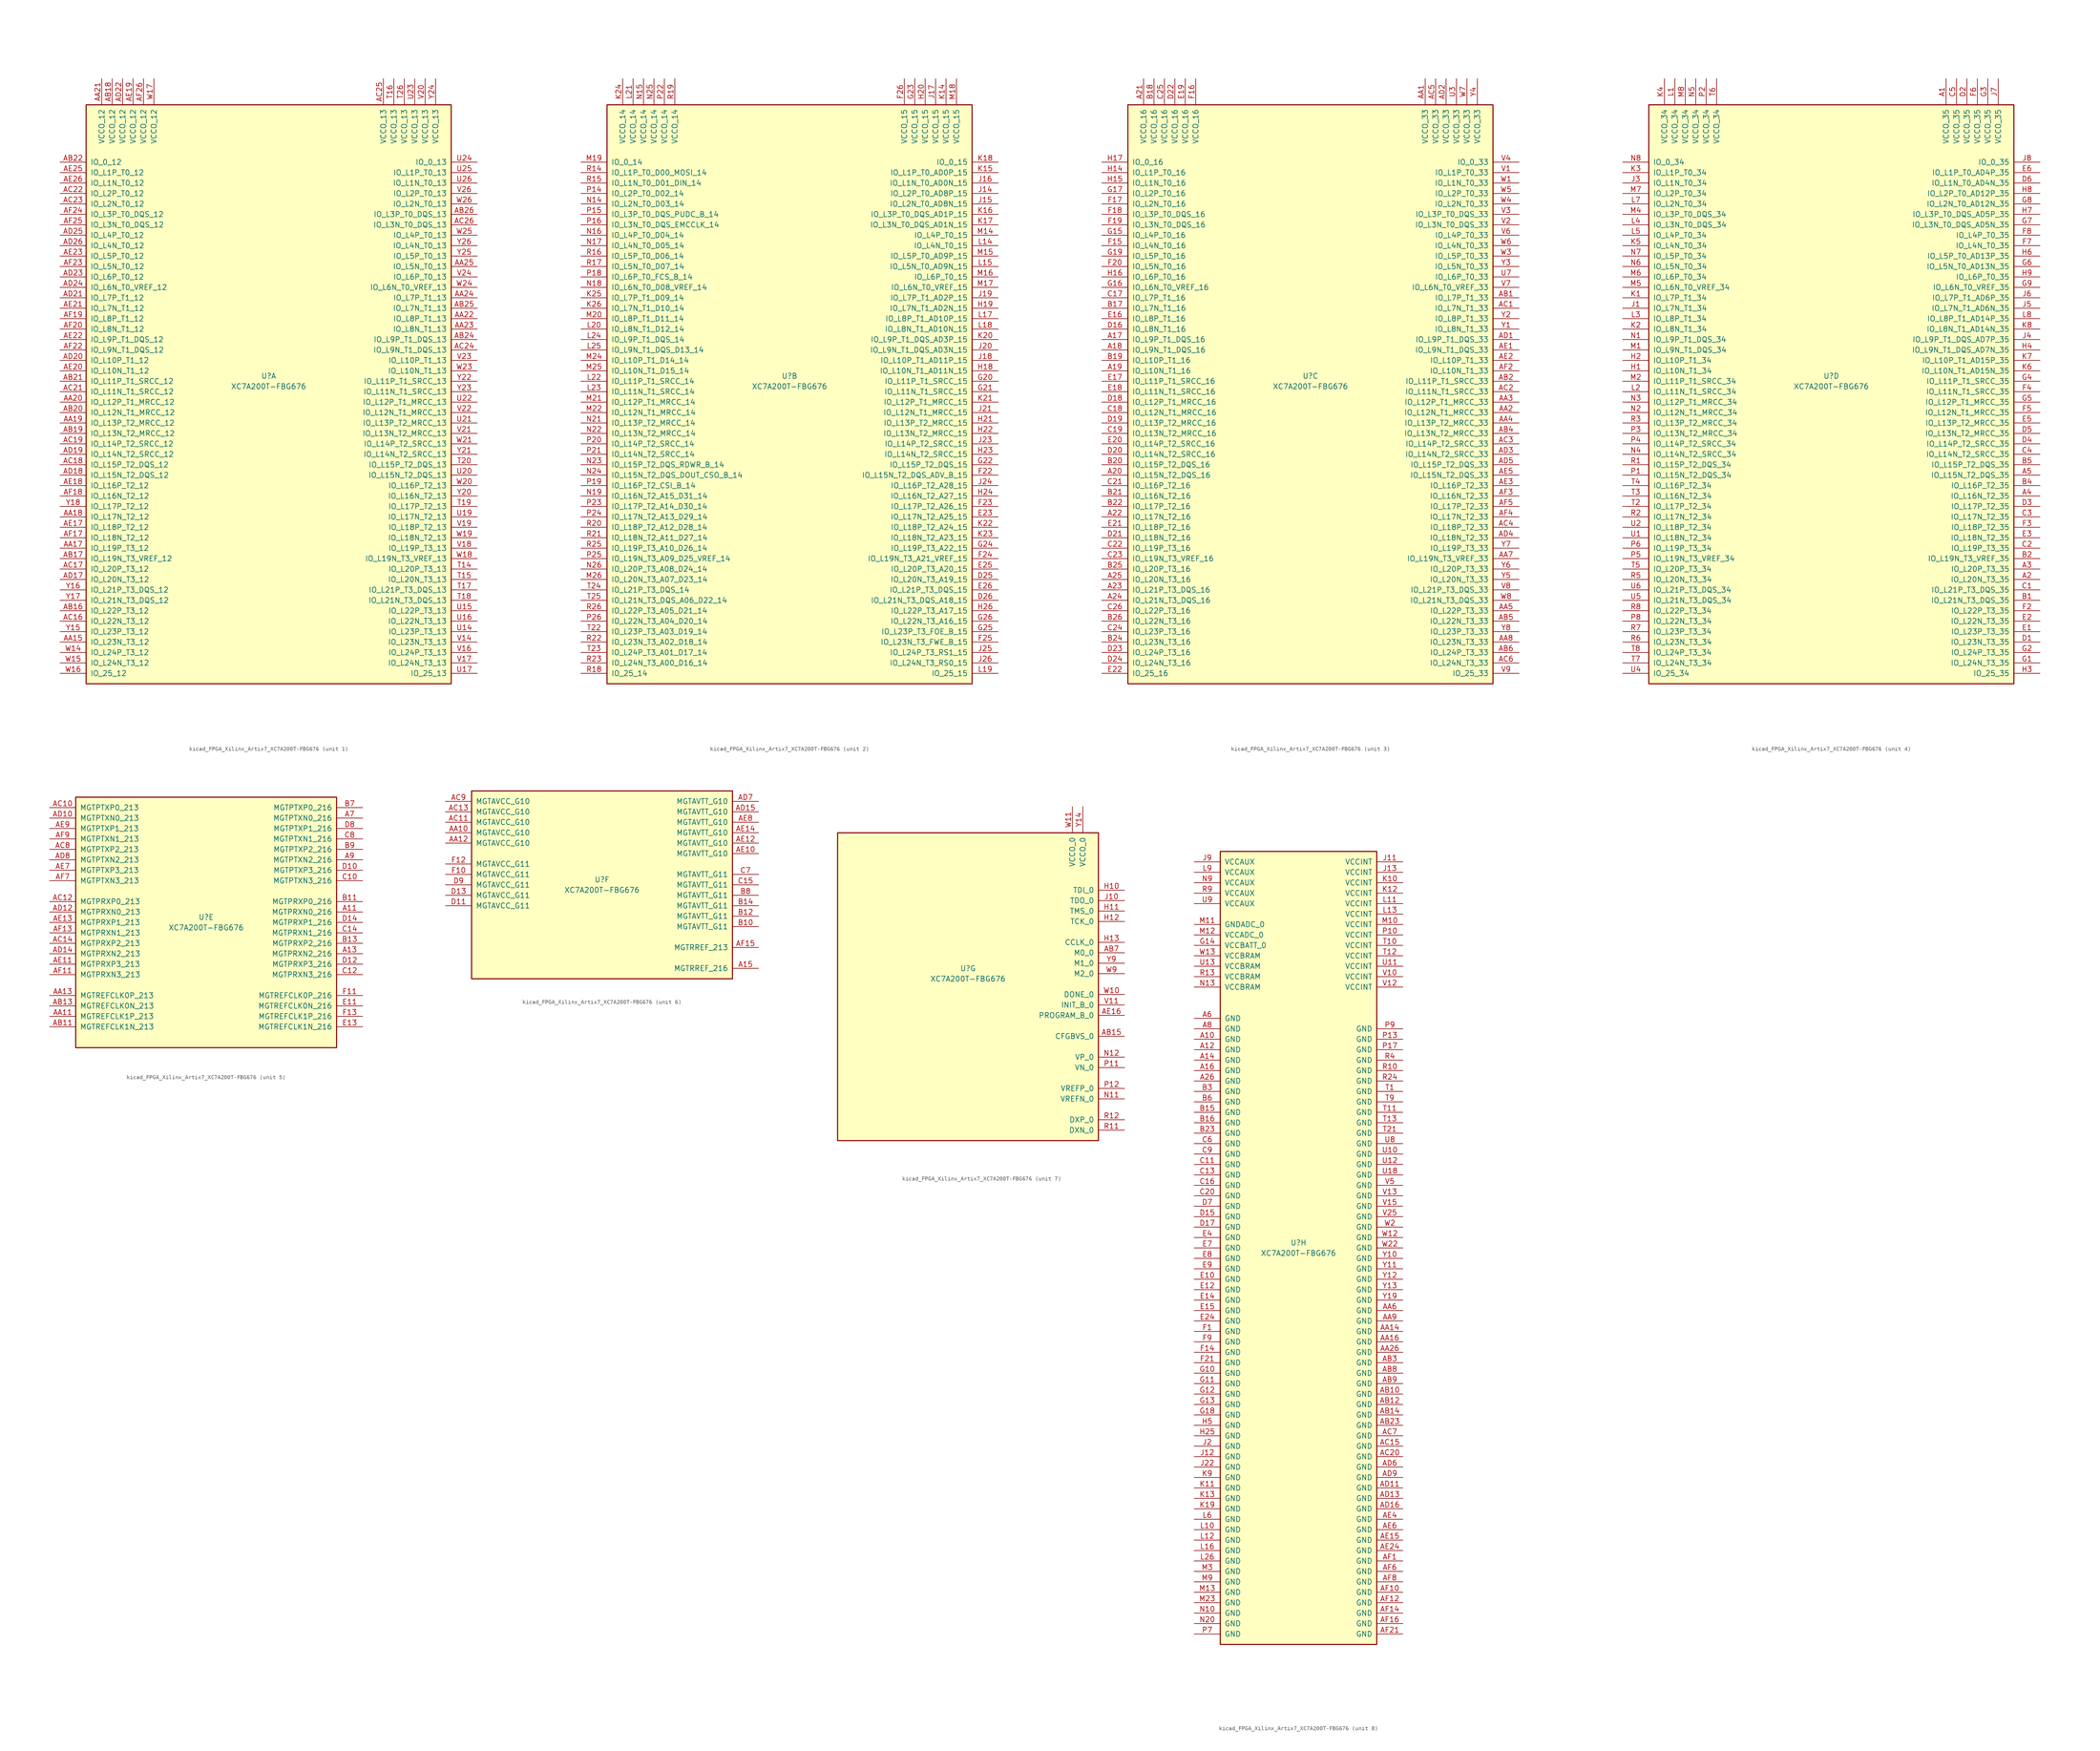
<source format=kicad_sym>
(kicad_symbol_lib
  (version 20220914)
  (generator kicad_symbol_editor)
  (symbol "kicad_FPGA_Xilinx_Artix7_XC7A200T-FBG676"
    (pin_names
      (offset 1.016))
    (property "Reference" "U"
      (at 0 1.27 0)
      (effects (font (size 1.27 1.27))))
    (property "Value" "XC7A200T-FBG676"
      (at 0 -1.27 0)
      (effects (font (size 1.27 1.27))))
    (property "Datasheet" ""
      (at 0 0 0)
      (effects (font (size 1.27 1.27))))
    (property "ki_locked" ""
      (at 0 0 0)
      (effects (font (size 1.27 1.27))))
    (symbol "kicad_FPGA_Xilinx_Artix7_XC7A200T-FBG676_1_1"
      (rectangle (start -44.45 67.31) (end 44.45 -73.66) (stroke (width 0.254) (type default)) (fill (type background)))
      (pin bidirectional line (at -50.8 -63.5 0) (length 6.35) (name "IO_L23N_T3_12" (effects (font (size 1.27 1.27)))) (number "AA15" (effects (font (size 1.27 1.27)))))
      (pin bidirectional line (at -50.8 -40.64 0) (length 6.35) (name "IO_L19P_T3_12" (effects (font (size 1.27 1.27)))) (number "AA17" (effects (font (size 1.27 1.27)))))
      (pin bidirectional line (at -50.8 -33.02 0) (length 6.35) (name "IO_L17N_T2_12" (effects (font (size 1.27 1.27)))) (number "AA18" (effects (font (size 1.27 1.27)))))
      (pin bidirectional line (at -50.8 -10.16 0) (length 6.35) (name "IO_L13P_T2_MRCC_12" (effects (font (size 1.27 1.27)))) (number "AA19" (effects (font (size 1.27 1.27)))))
      (pin bidirectional line (at -50.8 -5.08 0) (length 6.35) (name "IO_L12P_T1_MRCC_12" (effects (font (size 1.27 1.27)))) (number "AA20" (effects (font (size 1.27 1.27)))))
      (pin power_in line (at -40.64 73.66 270) (length 6.35) (name "VCCO_12" (effects (font (size 1.27 1.27)))) (number "AA21" (effects (font (size 1.27 1.27)))))
      (pin bidirectional line (at 50.8 15.24 180) (length 6.35) (name "IO_L8P_T1_13" (effects (font (size 1.27 1.27)))) (number "AA22" (effects (font (size 1.27 1.27)))))
      (pin bidirectional line (at 50.8 12.7 180) (length 6.35) (name "IO_L8N_T1_13" (effects (font (size 1.27 1.27)))) (number "AA23" (effects (font (size 1.27 1.27)))))
      (pin bidirectional line (at 50.8 20.32 180) (length 6.35) (name "IO_L7P_T1_13" (effects (font (size 1.27 1.27)))) (number "AA24" (effects (font (size 1.27 1.27)))))
      (pin bidirectional line (at 50.8 27.94 180) (length 6.35) (name "IO_L5N_T0_13" (effects (font (size 1.27 1.27)))) (number "AA25" (effects (font (size 1.27 1.27)))))
      (pin bidirectional line (at -50.8 -55.88 0) (length 6.35) (name "IO_L22P_T3_12" (effects (font (size 1.27 1.27)))) (number "AB16" (effects (font (size 1.27 1.27)))))
      (pin bidirectional line (at -50.8 -43.18 0) (length 6.35) (name "IO_L19N_T3_VREF_12" (effects (font (size 1.27 1.27)))) (number "AB17" (effects (font (size 1.27 1.27)))))
      (pin power_in line (at -38.1 73.66 270) (length 6.35) (name "VCCO_12" (effects (font (size 1.27 1.27)))) (number "AB18" (effects (font (size 1.27 1.27)))))
      (pin bidirectional line (at -50.8 -12.7 0) (length 6.35) (name "IO_L13N_T2_MRCC_12" (effects (font (size 1.27 1.27)))) (number "AB19" (effects (font (size 1.27 1.27)))))
      (pin bidirectional line (at -50.8 -7.62 0) (length 6.35) (name "IO_L12N_T1_MRCC_12" (effects (font (size 1.27 1.27)))) (number "AB20" (effects (font (size 1.27 1.27)))))
      (pin bidirectional line (at -50.8 0 0) (length 6.35) (name "IO_L11P_T1_SRCC_12" (effects (font (size 1.27 1.27)))) (number "AB21" (effects (font (size 1.27 1.27)))))
      (pin bidirectional line (at -50.8 53.34 0) (length 6.35) (name "IO_0_12" (effects (font (size 1.27 1.27)))) (number "AB22" (effects (font (size 1.27 1.27)))))
      (pin bidirectional line (at 50.8 10.16 180) (length 6.35) (name "IO_L9P_T1_DQS_13" (effects (font (size 1.27 1.27)))) (number "AB24" (effects (font (size 1.27 1.27)))))
      (pin bidirectional line (at 50.8 17.78 180) (length 6.35) (name "IO_L7N_T1_13" (effects (font (size 1.27 1.27)))) (number "AB25" (effects (font (size 1.27 1.27)))))
      (pin bidirectional line (at 50.8 40.64 180) (length 6.35) (name "IO_L3P_T0_DQS_13" (effects (font (size 1.27 1.27)))) (number "AB26" (effects (font (size 1.27 1.27)))))
      (pin bidirectional line (at -50.8 -58.42 0) (length 6.35) (name "IO_L22N_T3_12" (effects (font (size 1.27 1.27)))) (number "AC16" (effects (font (size 1.27 1.27)))))
      (pin bidirectional line (at -50.8 -45.72 0) (length 6.35) (name "IO_L20P_T3_12" (effects (font (size 1.27 1.27)))) (number "AC17" (effects (font (size 1.27 1.27)))))
      (pin bidirectional line (at -50.8 -20.32 0) (length 6.35) (name "IO_L15P_T2_DQS_12" (effects (font (size 1.27 1.27)))) (number "AC18" (effects (font (size 1.27 1.27)))))
      (pin bidirectional line (at -50.8 -15.24 0) (length 6.35) (name "IO_L14P_T2_SRCC_12" (effects (font (size 1.27 1.27)))) (number "AC19" (effects (font (size 1.27 1.27)))))
      (pin bidirectional line (at -50.8 -2.54 0) (length 6.35) (name "IO_L11N_T1_SRCC_12" (effects (font (size 1.27 1.27)))) (number "AC21" (effects (font (size 1.27 1.27)))))
      (pin bidirectional line (at -50.8 45.72 0) (length 6.35) (name "IO_L2P_T0_12" (effects (font (size 1.27 1.27)))) (number "AC22" (effects (font (size 1.27 1.27)))))
      (pin bidirectional line (at -50.8 43.18 0) (length 6.35) (name "IO_L2N_T0_12" (effects (font (size 1.27 1.27)))) (number "AC23" (effects (font (size 1.27 1.27)))))
      (pin bidirectional line (at 50.8 7.62 180) (length 6.35) (name "IO_L9N_T1_DQS_13" (effects (font (size 1.27 1.27)))) (number "AC24" (effects (font (size 1.27 1.27)))))
      (pin power_in line (at 27.94 73.66 270) (length 6.35) (name "VCCO_13" (effects (font (size 1.27 1.27)))) (number "AC25" (effects (font (size 1.27 1.27)))))
      (pin bidirectional line (at 50.8 38.1 180) (length 6.35) (name "IO_L3N_T0_DQS_13" (effects (font (size 1.27 1.27)))) (number "AC26" (effects (font (size 1.27 1.27)))))
      (pin bidirectional line (at -50.8 -48.26 0) (length 6.35) (name "IO_L20N_T3_12" (effects (font (size 1.27 1.27)))) (number "AD17" (effects (font (size 1.27 1.27)))))
      (pin bidirectional line (at -50.8 -22.86 0) (length 6.35) (name "IO_L15N_T2_DQS_12" (effects (font (size 1.27 1.27)))) (number "AD18" (effects (font (size 1.27 1.27)))))
      (pin bidirectional line (at -50.8 -17.78 0) (length 6.35) (name "IO_L14N_T2_SRCC_12" (effects (font (size 1.27 1.27)))) (number "AD19" (effects (font (size 1.27 1.27)))))
      (pin bidirectional line (at -50.8 5.08 0) (length 6.35) (name "IO_L10P_T1_12" (effects (font (size 1.27 1.27)))) (number "AD20" (effects (font (size 1.27 1.27)))))
      (pin bidirectional line (at -50.8 20.32 0) (length 6.35) (name "IO_L7P_T1_12" (effects (font (size 1.27 1.27)))) (number "AD21" (effects (font (size 1.27 1.27)))))
      (pin power_in line (at -35.56 73.66 270) (length 6.35) (name "VCCO_12" (effects (font (size 1.27 1.27)))) (number "AD22" (effects (font (size 1.27 1.27)))))
      (pin bidirectional line (at -50.8 25.4 0) (length 6.35) (name "IO_L6P_T0_12" (effects (font (size 1.27 1.27)))) (number "AD23" (effects (font (size 1.27 1.27)))))
      (pin bidirectional line (at -50.8 22.86 0) (length 6.35) (name "IO_L6N_T0_VREF_12" (effects (font (size 1.27 1.27)))) (number "AD24" (effects (font (size 1.27 1.27)))))
      (pin bidirectional line (at -50.8 35.56 0) (length 6.35) (name "IO_L4P_T0_12" (effects (font (size 1.27 1.27)))) (number "AD25" (effects (font (size 1.27 1.27)))))
      (pin bidirectional line (at -50.8 33.02 0) (length 6.35) (name "IO_L4N_T0_12" (effects (font (size 1.27 1.27)))) (number "AD26" (effects (font (size 1.27 1.27)))))
      (pin bidirectional line (at -50.8 -35.56 0) (length 6.35) (name "IO_L18P_T2_12" (effects (font (size 1.27 1.27)))) (number "AE17" (effects (font (size 1.27 1.27)))))
      (pin bidirectional line (at -50.8 -25.4 0) (length 6.35) (name "IO_L16P_T2_12" (effects (font (size 1.27 1.27)))) (number "AE18" (effects (font (size 1.27 1.27)))))
      (pin power_in line (at -33.02 73.66 270) (length 6.35) (name "VCCO_12" (effects (font (size 1.27 1.27)))) (number "AE19" (effects (font (size 1.27 1.27)))))
      (pin bidirectional line (at -50.8 2.54 0) (length 6.35) (name "IO_L10N_T1_12" (effects (font (size 1.27 1.27)))) (number "AE20" (effects (font (size 1.27 1.27)))))
      (pin bidirectional line (at -50.8 17.78 0) (length 6.35) (name "IO_L7N_T1_12" (effects (font (size 1.27 1.27)))) (number "AE21" (effects (font (size 1.27 1.27)))))
      (pin bidirectional line (at -50.8 10.16 0) (length 6.35) (name "IO_L9P_T1_DQS_12" (effects (font (size 1.27 1.27)))) (number "AE22" (effects (font (size 1.27 1.27)))))
      (pin bidirectional line (at -50.8 30.48 0) (length 6.35) (name "IO_L5P_T0_12" (effects (font (size 1.27 1.27)))) (number "AE23" (effects (font (size 1.27 1.27)))))
      (pin bidirectional line (at -50.8 50.8 0) (length 6.35) (name "IO_L1P_T0_12" (effects (font (size 1.27 1.27)))) (number "AE25" (effects (font (size 1.27 1.27)))))
      (pin bidirectional line (at -50.8 48.26 0) (length 6.35) (name "IO_L1N_T0_12" (effects (font (size 1.27 1.27)))) (number "AE26" (effects (font (size 1.27 1.27)))))
      (pin bidirectional line (at -50.8 -38.1 0) (length 6.35) (name "IO_L18N_T2_12" (effects (font (size 1.27 1.27)))) (number "AF17" (effects (font (size 1.27 1.27)))))
      (pin bidirectional line (at -50.8 -27.94 0) (length 6.35) (name "IO_L16N_T2_12" (effects (font (size 1.27 1.27)))) (number "AF18" (effects (font (size 1.27 1.27)))))
      (pin bidirectional line (at -50.8 15.24 0) (length 6.35) (name "IO_L8P_T1_12" (effects (font (size 1.27 1.27)))) (number "AF19" (effects (font (size 1.27 1.27)))))
      (pin bidirectional line (at -50.8 12.7 0) (length 6.35) (name "IO_L8N_T1_12" (effects (font (size 1.27 1.27)))) (number "AF20" (effects (font (size 1.27 1.27)))))
      (pin bidirectional line (at -50.8 7.62 0) (length 6.35) (name "IO_L9N_T1_DQS_12" (effects (font (size 1.27 1.27)))) (number "AF22" (effects (font (size 1.27 1.27)))))
      (pin bidirectional line (at -50.8 27.94 0) (length 6.35) (name "IO_L5N_T0_12" (effects (font (size 1.27 1.27)))) (number "AF23" (effects (font (size 1.27 1.27)))))
      (pin bidirectional line (at -50.8 40.64 0) (length 6.35) (name "IO_L3P_T0_DQS_12" (effects (font (size 1.27 1.27)))) (number "AF24" (effects (font (size 1.27 1.27)))))
      (pin bidirectional line (at -50.8 38.1 0) (length 6.35) (name "IO_L3N_T0_DQS_12" (effects (font (size 1.27 1.27)))) (number "AF25" (effects (font (size 1.27 1.27)))))
      (pin power_in line (at -30.48 73.66 270) (length 6.35) (name "VCCO_12" (effects (font (size 1.27 1.27)))) (number "AF26" (effects (font (size 1.27 1.27)))))
      (pin bidirectional line (at 50.8 -45.72 180) (length 6.35) (name "IO_L20P_T3_13" (effects (font (size 1.27 1.27)))) (number "T14" (effects (font (size 1.27 1.27)))))
      (pin bidirectional line (at 50.8 -48.26 180) (length 6.35) (name "IO_L20N_T3_13" (effects (font (size 1.27 1.27)))) (number "T15" (effects (font (size 1.27 1.27)))))
      (pin power_in line (at 30.48 73.66 270) (length 6.35) (name "VCCO_13" (effects (font (size 1.27 1.27)))) (number "T16" (effects (font (size 1.27 1.27)))))
      (pin bidirectional line (at 50.8 -50.8 180) (length 6.35) (name "IO_L21P_T3_DQS_13" (effects (font (size 1.27 1.27)))) (number "T17" (effects (font (size 1.27 1.27)))))
      (pin bidirectional line (at 50.8 -53.34 180) (length 6.35) (name "IO_L21N_T3_DQS_13" (effects (font (size 1.27 1.27)))) (number "T18" (effects (font (size 1.27 1.27)))))
      (pin bidirectional line (at 50.8 -30.48 180) (length 6.35) (name "IO_L17P_T2_13" (effects (font (size 1.27 1.27)))) (number "T19" (effects (font (size 1.27 1.27)))))
      (pin bidirectional line (at 50.8 -20.32 180) (length 6.35) (name "IO_L15P_T2_DQS_13" (effects (font (size 1.27 1.27)))) (number "T20" (effects (font (size 1.27 1.27)))))
      (pin power_in line (at 33.02 73.66 270) (length 6.35) (name "VCCO_13" (effects (font (size 1.27 1.27)))) (number "T26" (effects (font (size 1.27 1.27)))))
      (pin bidirectional line (at 50.8 -60.96 180) (length 6.35) (name "IO_L23P_T3_13" (effects (font (size 1.27 1.27)))) (number "U14" (effects (font (size 1.27 1.27)))))
      (pin bidirectional line (at 50.8 -55.88 180) (length 6.35) (name "IO_L22P_T3_13" (effects (font (size 1.27 1.27)))) (number "U15" (effects (font (size 1.27 1.27)))))
      (pin bidirectional line (at 50.8 -58.42 180) (length 6.35) (name "IO_L22N_T3_13" (effects (font (size 1.27 1.27)))) (number "U16" (effects (font (size 1.27 1.27)))))
      (pin bidirectional line (at 50.8 -71.12 180) (length 6.35) (name "IO_25_13" (effects (font (size 1.27 1.27)))) (number "U17" (effects (font (size 1.27 1.27)))))
      (pin bidirectional line (at 50.8 -33.02 180) (length 6.35) (name "IO_L17N_T2_13" (effects (font (size 1.27 1.27)))) (number "U19" (effects (font (size 1.27 1.27)))))
      (pin bidirectional line (at 50.8 -22.86 180) (length 6.35) (name "IO_L15N_T2_DQS_13" (effects (font (size 1.27 1.27)))) (number "U20" (effects (font (size 1.27 1.27)))))
      (pin bidirectional line (at 50.8 -10.16 180) (length 6.35) (name "IO_L13P_T2_MRCC_13" (effects (font (size 1.27 1.27)))) (number "U21" (effects (font (size 1.27 1.27)))))
      (pin bidirectional line (at 50.8 -5.08 180) (length 6.35) (name "IO_L12P_T1_MRCC_13" (effects (font (size 1.27 1.27)))) (number "U22" (effects (font (size 1.27 1.27)))))
      (pin power_in line (at 35.56 73.66 270) (length 6.35) (name "VCCO_13" (effects (font (size 1.27 1.27)))) (number "U23" (effects (font (size 1.27 1.27)))))
      (pin bidirectional line (at 50.8 53.34 180) (length 6.35) (name "IO_0_13" (effects (font (size 1.27 1.27)))) (number "U24" (effects (font (size 1.27 1.27)))))
      (pin bidirectional line (at 50.8 50.8 180) (length 6.35) (name "IO_L1P_T0_13" (effects (font (size 1.27 1.27)))) (number "U25" (effects (font (size 1.27 1.27)))))
      (pin bidirectional line (at 50.8 48.26 180) (length 6.35) (name "IO_L1N_T0_13" (effects (font (size 1.27 1.27)))) (number "U26" (effects (font (size 1.27 1.27)))))
      (pin bidirectional line (at 50.8 -63.5 180) (length 6.35) (name "IO_L23N_T3_13" (effects (font (size 1.27 1.27)))) (number "V14" (effects (font (size 1.27 1.27)))))
      (pin bidirectional line (at 50.8 -66.04 180) (length 6.35) (name "IO_L24P_T3_13" (effects (font (size 1.27 1.27)))) (number "V16" (effects (font (size 1.27 1.27)))))
      (pin bidirectional line (at 50.8 -68.58 180) (length 6.35) (name "IO_L24N_T3_13" (effects (font (size 1.27 1.27)))) (number "V17" (effects (font (size 1.27 1.27)))))
      (pin bidirectional line (at 50.8 -40.64 180) (length 6.35) (name "IO_L19P_T3_13" (effects (font (size 1.27 1.27)))) (number "V18" (effects (font (size 1.27 1.27)))))
      (pin bidirectional line (at 50.8 -35.56 180) (length 6.35) (name "IO_L18P_T2_13" (effects (font (size 1.27 1.27)))) (number "V19" (effects (font (size 1.27 1.27)))))
      (pin power_in line (at 38.1 73.66 270) (length 6.35) (name "VCCO_13" (effects (font (size 1.27 1.27)))) (number "V20" (effects (font (size 1.27 1.27)))))
      (pin bidirectional line (at 50.8 -12.7 180) (length 6.35) (name "IO_L13N_T2_MRCC_13" (effects (font (size 1.27 1.27)))) (number "V21" (effects (font (size 1.27 1.27)))))
      (pin bidirectional line (at 50.8 -7.62 180) (length 6.35) (name "IO_L12N_T1_MRCC_13" (effects (font (size 1.27 1.27)))) (number "V22" (effects (font (size 1.27 1.27)))))
      (pin bidirectional line (at 50.8 5.08 180) (length 6.35) (name "IO_L10P_T1_13" (effects (font (size 1.27 1.27)))) (number "V23" (effects (font (size 1.27 1.27)))))
      (pin bidirectional line (at 50.8 25.4 180) (length 6.35) (name "IO_L6P_T0_13" (effects (font (size 1.27 1.27)))) (number "V24" (effects (font (size 1.27 1.27)))))
      (pin bidirectional line (at 50.8 45.72 180) (length 6.35) (name "IO_L2P_T0_13" (effects (font (size 1.27 1.27)))) (number "V26" (effects (font (size 1.27 1.27)))))
      (pin bidirectional line (at -50.8 -66.04 0) (length 6.35) (name "IO_L24P_T3_12" (effects (font (size 1.27 1.27)))) (number "W14" (effects (font (size 1.27 1.27)))))
      (pin bidirectional line (at -50.8 -68.58 0) (length 6.35) (name "IO_L24N_T3_12" (effects (font (size 1.27 1.27)))) (number "W15" (effects (font (size 1.27 1.27)))))
      (pin bidirectional line (at -50.8 -71.12 0) (length 6.35) (name "IO_25_12" (effects (font (size 1.27 1.27)))) (number "W16" (effects (font (size 1.27 1.27)))))
      (pin power_in line (at -27.94 73.66 270) (length 6.35) (name "VCCO_12" (effects (font (size 1.27 1.27)))) (number "W17" (effects (font (size 1.27 1.27)))))
      (pin bidirectional line (at 50.8 -43.18 180) (length 6.35) (name "IO_L19N_T3_VREF_13" (effects (font (size 1.27 1.27)))) (number "W18" (effects (font (size 1.27 1.27)))))
      (pin bidirectional line (at 50.8 -38.1 180) (length 6.35) (name "IO_L18N_T2_13" (effects (font (size 1.27 1.27)))) (number "W19" (effects (font (size 1.27 1.27)))))
      (pin bidirectional line (at 50.8 -25.4 180) (length 6.35) (name "IO_L16P_T2_13" (effects (font (size 1.27 1.27)))) (number "W20" (effects (font (size 1.27 1.27)))))
      (pin bidirectional line (at 50.8 -15.24 180) (length 6.35) (name "IO_L14P_T2_SRCC_13" (effects (font (size 1.27 1.27)))) (number "W21" (effects (font (size 1.27 1.27)))))
      (pin bidirectional line (at 50.8 2.54 180) (length 6.35) (name "IO_L10N_T1_13" (effects (font (size 1.27 1.27)))) (number "W23" (effects (font (size 1.27 1.27)))))
      (pin bidirectional line (at 50.8 22.86 180) (length 6.35) (name "IO_L6N_T0_VREF_13" (effects (font (size 1.27 1.27)))) (number "W24" (effects (font (size 1.27 1.27)))))
      (pin bidirectional line (at 50.8 35.56 180) (length 6.35) (name "IO_L4P_T0_13" (effects (font (size 1.27 1.27)))) (number "W25" (effects (font (size 1.27 1.27)))))
      (pin bidirectional line (at 50.8 43.18 180) (length 6.35) (name "IO_L2N_T0_13" (effects (font (size 1.27 1.27)))) (number "W26" (effects (font (size 1.27 1.27)))))
      (pin bidirectional line (at -50.8 -60.96 0) (length 6.35) (name "IO_L23P_T3_12" (effects (font (size 1.27 1.27)))) (number "Y15" (effects (font (size 1.27 1.27)))))
      (pin bidirectional line (at -50.8 -50.8 0) (length 6.35) (name "IO_L21P_T3_DQS_12" (effects (font (size 1.27 1.27)))) (number "Y16" (effects (font (size 1.27 1.27)))))
      (pin bidirectional line (at -50.8 -53.34 0) (length 6.35) (name "IO_L21N_T3_DQS_12" (effects (font (size 1.27 1.27)))) (number "Y17" (effects (font (size 1.27 1.27)))))
      (pin bidirectional line (at -50.8 -30.48 0) (length 6.35) (name "IO_L17P_T2_12" (effects (font (size 1.27 1.27)))) (number "Y18" (effects (font (size 1.27 1.27)))))
      (pin bidirectional line (at 50.8 -27.94 180) (length 6.35) (name "IO_L16N_T2_13" (effects (font (size 1.27 1.27)))) (number "Y20" (effects (font (size 1.27 1.27)))))
      (pin bidirectional line (at 50.8 -17.78 180) (length 6.35) (name "IO_L14N_T2_SRCC_13" (effects (font (size 1.27 1.27)))) (number "Y21" (effects (font (size 1.27 1.27)))))
      (pin bidirectional line (at 50.8 0 180) (length 6.35) (name "IO_L11P_T1_SRCC_13" (effects (font (size 1.27 1.27)))) (number "Y22" (effects (font (size 1.27 1.27)))))
      (pin bidirectional line (at 50.8 -2.54 180) (length 6.35) (name "IO_L11N_T1_SRCC_13" (effects (font (size 1.27 1.27)))) (number "Y23" (effects (font (size 1.27 1.27)))))
      (pin power_in line (at 40.64 73.66 270) (length 6.35) (name "VCCO_13" (effects (font (size 1.27 1.27)))) (number "Y24" (effects (font (size 1.27 1.27)))))
      (pin bidirectional line (at 50.8 30.48 180) (length 6.35) (name "IO_L5P_T0_13" (effects (font (size 1.27 1.27)))) (number "Y25" (effects (font (size 1.27 1.27)))))
      (pin bidirectional line (at 50.8 33.02 180) (length 6.35) (name "IO_L4N_T0_13" (effects (font (size 1.27 1.27)))) (number "Y26" (effects (font (size 1.27 1.27))))))
    (symbol "kicad_FPGA_Xilinx_Artix7_XC7A200T-FBG676_2_1"
      (rectangle (start -44.45 67.31) (end 44.45 -73.66) (stroke (width 0.254) (type default)) (fill (type background)))
      (pin bidirectional line (at 50.8 -48.26 180) (length 6.35) (name "IO_L20N_T3_A19_15" (effects (font (size 1.27 1.27)))) (number "D25" (effects (font (size 1.27 1.27)))))
      (pin bidirectional line (at 50.8 -53.34 180) (length 6.35) (name "IO_L21N_T3_DQS_A18_15" (effects (font (size 1.27 1.27)))) (number "D26" (effects (font (size 1.27 1.27)))))
      (pin bidirectional line (at 50.8 -33.02 180) (length 6.35) (name "IO_L17N_T2_A25_15" (effects (font (size 1.27 1.27)))) (number "E23" (effects (font (size 1.27 1.27)))))
      (pin bidirectional line (at 50.8 -45.72 180) (length 6.35) (name "IO_L20P_T3_A20_15" (effects (font (size 1.27 1.27)))) (number "E25" (effects (font (size 1.27 1.27)))))
      (pin bidirectional line (at 50.8 -50.8 180) (length 6.35) (name "IO_L21P_T3_DQS_15" (effects (font (size 1.27 1.27)))) (number "E26" (effects (font (size 1.27 1.27)))))
      (pin bidirectional line (at 50.8 -22.86 180) (length 6.35) (name "IO_L15N_T2_DQS_ADV_B_15" (effects (font (size 1.27 1.27)))) (number "F22" (effects (font (size 1.27 1.27)))))
      (pin bidirectional line (at 50.8 -30.48 180) (length 6.35) (name "IO_L17P_T2_A26_15" (effects (font (size 1.27 1.27)))) (number "F23" (effects (font (size 1.27 1.27)))))
      (pin bidirectional line (at 50.8 -43.18 180) (length 6.35) (name "IO_L19N_T3_A21_VREF_15" (effects (font (size 1.27 1.27)))) (number "F24" (effects (font (size 1.27 1.27)))))
      (pin bidirectional line (at 50.8 -63.5 180) (length 6.35) (name "IO_L23N_T3_FWE_B_15" (effects (font (size 1.27 1.27)))) (number "F25" (effects (font (size 1.27 1.27)))))
      (pin power_in line (at 27.94 73.66 270) (length 6.35) (name "VCCO_15" (effects (font (size 1.27 1.27)))) (number "F26" (effects (font (size 1.27 1.27)))))
      (pin bidirectional line (at 50.8 0 180) (length 6.35) (name "IO_L11P_T1_SRCC_15" (effects (font (size 1.27 1.27)))) (number "G20" (effects (font (size 1.27 1.27)))))
      (pin bidirectional line (at 50.8 -2.54 180) (length 6.35) (name "IO_L11N_T1_SRCC_15" (effects (font (size 1.27 1.27)))) (number "G21" (effects (font (size 1.27 1.27)))))
      (pin bidirectional line (at 50.8 -20.32 180) (length 6.35) (name "IO_L15P_T2_DQS_15" (effects (font (size 1.27 1.27)))) (number "G22" (effects (font (size 1.27 1.27)))))
      (pin power_in line (at 30.48 73.66 270) (length 6.35) (name "VCCO_15" (effects (font (size 1.27 1.27)))) (number "G23" (effects (font (size 1.27 1.27)))))
      (pin bidirectional line (at 50.8 -40.64 180) (length 6.35) (name "IO_L19P_T3_A22_15" (effects (font (size 1.27 1.27)))) (number "G24" (effects (font (size 1.27 1.27)))))
      (pin bidirectional line (at 50.8 -60.96 180) (length 6.35) (name "IO_L23P_T3_FOE_B_15" (effects (font (size 1.27 1.27)))) (number "G25" (effects (font (size 1.27 1.27)))))
      (pin bidirectional line (at 50.8 -58.42 180) (length 6.35) (name "IO_L22N_T3_A16_15" (effects (font (size 1.27 1.27)))) (number "G26" (effects (font (size 1.27 1.27)))))
      (pin bidirectional line (at 50.8 2.54 180) (length 6.35) (name "IO_L10N_T1_AD11N_15" (effects (font (size 1.27 1.27)))) (number "H18" (effects (font (size 1.27 1.27)))))
      (pin bidirectional line (at 50.8 17.78 180) (length 6.35) (name "IO_L7N_T1_AD2N_15" (effects (font (size 1.27 1.27)))) (number "H19" (effects (font (size 1.27 1.27)))))
      (pin power_in line (at 33.02 73.66 270) (length 6.35) (name "VCCO_15" (effects (font (size 1.27 1.27)))) (number "H20" (effects (font (size 1.27 1.27)))))
      (pin bidirectional line (at 50.8 -10.16 180) (length 6.35) (name "IO_L13P_T2_MRCC_15" (effects (font (size 1.27 1.27)))) (number "H21" (effects (font (size 1.27 1.27)))))
      (pin bidirectional line (at 50.8 -12.7 180) (length 6.35) (name "IO_L13N_T2_MRCC_15" (effects (font (size 1.27 1.27)))) (number "H22" (effects (font (size 1.27 1.27)))))
      (pin bidirectional line (at 50.8 -17.78 180) (length 6.35) (name "IO_L14N_T2_SRCC_15" (effects (font (size 1.27 1.27)))) (number "H23" (effects (font (size 1.27 1.27)))))
      (pin bidirectional line (at 50.8 -27.94 180) (length 6.35) (name "IO_L16N_T2_A27_15" (effects (font (size 1.27 1.27)))) (number "H24" (effects (font (size 1.27 1.27)))))
      (pin bidirectional line (at 50.8 -55.88 180) (length 6.35) (name "IO_L22P_T3_A17_15" (effects (font (size 1.27 1.27)))) (number "H26" (effects (font (size 1.27 1.27)))))
      (pin bidirectional line (at 50.8 45.72 180) (length 6.35) (name "IO_L2P_T0_AD8P_15" (effects (font (size 1.27 1.27)))) (number "J14" (effects (font (size 1.27 1.27)))))
      (pin bidirectional line (at 50.8 43.18 180) (length 6.35) (name "IO_L2N_T0_AD8N_15" (effects (font (size 1.27 1.27)))) (number "J15" (effects (font (size 1.27 1.27)))))
      (pin bidirectional line (at 50.8 48.26 180) (length 6.35) (name "IO_L1N_T0_AD0N_15" (effects (font (size 1.27 1.27)))) (number "J16" (effects (font (size 1.27 1.27)))))
      (pin power_in line (at 35.56 73.66 270) (length 6.35) (name "VCCO_15" (effects (font (size 1.27 1.27)))) (number "J17" (effects (font (size 1.27 1.27)))))
      (pin bidirectional line (at 50.8 5.08 180) (length 6.35) (name "IO_L10P_T1_AD11P_15" (effects (font (size 1.27 1.27)))) (number "J18" (effects (font (size 1.27 1.27)))))
      (pin bidirectional line (at 50.8 20.32 180) (length 6.35) (name "IO_L7P_T1_AD2P_15" (effects (font (size 1.27 1.27)))) (number "J19" (effects (font (size 1.27 1.27)))))
      (pin bidirectional line (at 50.8 7.62 180) (length 6.35) (name "IO_L9N_T1_DQS_AD3N_15" (effects (font (size 1.27 1.27)))) (number "J20" (effects (font (size 1.27 1.27)))))
      (pin bidirectional line (at 50.8 -7.62 180) (length 6.35) (name "IO_L12N_T1_MRCC_15" (effects (font (size 1.27 1.27)))) (number "J21" (effects (font (size 1.27 1.27)))))
      (pin bidirectional line (at 50.8 -15.24 180) (length 6.35) (name "IO_L14P_T2_SRCC_15" (effects (font (size 1.27 1.27)))) (number "J23" (effects (font (size 1.27 1.27)))))
      (pin bidirectional line (at 50.8 -25.4 180) (length 6.35) (name "IO_L16P_T2_A28_15" (effects (font (size 1.27 1.27)))) (number "J24" (effects (font (size 1.27 1.27)))))
      (pin bidirectional line (at 50.8 -66.04 180) (length 6.35) (name "IO_L24P_T3_RS1_15" (effects (font (size 1.27 1.27)))) (number "J25" (effects (font (size 1.27 1.27)))))
      (pin bidirectional line (at 50.8 -68.58 180) (length 6.35) (name "IO_L24N_T3_RS0_15" (effects (font (size 1.27 1.27)))) (number "J26" (effects (font (size 1.27 1.27)))))
      (pin power_in line (at 38.1 73.66 270) (length 6.35) (name "VCCO_15" (effects (font (size 1.27 1.27)))) (number "K14" (effects (font (size 1.27 1.27)))))
      (pin bidirectional line (at 50.8 50.8 180) (length 6.35) (name "IO_L1P_T0_AD0P_15" (effects (font (size 1.27 1.27)))) (number "K15" (effects (font (size 1.27 1.27)))))
      (pin bidirectional line (at 50.8 40.64 180) (length 6.35) (name "IO_L3P_T0_DQS_AD1P_15" (effects (font (size 1.27 1.27)))) (number "K16" (effects (font (size 1.27 1.27)))))
      (pin bidirectional line (at 50.8 38.1 180) (length 6.35) (name "IO_L3N_T0_DQS_AD1N_15" (effects (font (size 1.27 1.27)))) (number "K17" (effects (font (size 1.27 1.27)))))
      (pin bidirectional line (at 50.8 53.34 180) (length 6.35) (name "IO_0_15" (effects (font (size 1.27 1.27)))) (number "K18" (effects (font (size 1.27 1.27)))))
      (pin bidirectional line (at 50.8 10.16 180) (length 6.35) (name "IO_L9P_T1_DQS_AD3P_15" (effects (font (size 1.27 1.27)))) (number "K20" (effects (font (size 1.27 1.27)))))
      (pin bidirectional line (at 50.8 -5.08 180) (length 6.35) (name "IO_L12P_T1_MRCC_15" (effects (font (size 1.27 1.27)))) (number "K21" (effects (font (size 1.27 1.27)))))
      (pin bidirectional line (at 50.8 -35.56 180) (length 6.35) (name "IO_L18P_T2_A24_15" (effects (font (size 1.27 1.27)))) (number "K22" (effects (font (size 1.27 1.27)))))
      (pin bidirectional line (at 50.8 -38.1 180) (length 6.35) (name "IO_L18N_T2_A23_15" (effects (font (size 1.27 1.27)))) (number "K23" (effects (font (size 1.27 1.27)))))
      (pin power_in line (at -40.64 73.66 270) (length 6.35) (name "VCCO_14" (effects (font (size 1.27 1.27)))) (number "K24" (effects (font (size 1.27 1.27)))))
      (pin bidirectional line (at -50.8 20.32 0) (length 6.35) (name "IO_L7P_T1_D09_14" (effects (font (size 1.27 1.27)))) (number "K25" (effects (font (size 1.27 1.27)))))
      (pin bidirectional line (at -50.8 17.78 0) (length 6.35) (name "IO_L7N_T1_D10_14" (effects (font (size 1.27 1.27)))) (number "K26" (effects (font (size 1.27 1.27)))))
      (pin bidirectional line (at 50.8 33.02 180) (length 6.35) (name "IO_L4N_T0_15" (effects (font (size 1.27 1.27)))) (number "L14" (effects (font (size 1.27 1.27)))))
      (pin bidirectional line (at 50.8 27.94 180) (length 6.35) (name "IO_L5N_T0_AD9N_15" (effects (font (size 1.27 1.27)))) (number "L15" (effects (font (size 1.27 1.27)))))
      (pin bidirectional line (at 50.8 15.24 180) (length 6.35) (name "IO_L8P_T1_AD10P_15" (effects (font (size 1.27 1.27)))) (number "L17" (effects (font (size 1.27 1.27)))))
      (pin bidirectional line (at 50.8 12.7 180) (length 6.35) (name "IO_L8N_T1_AD10N_15" (effects (font (size 1.27 1.27)))) (number "L18" (effects (font (size 1.27 1.27)))))
      (pin bidirectional line (at 50.8 -71.12 180) (length 6.35) (name "IO_25_15" (effects (font (size 1.27 1.27)))) (number "L19" (effects (font (size 1.27 1.27)))))
      (pin bidirectional line (at -50.8 12.7 0) (length 6.35) (name "IO_L8N_T1_D12_14" (effects (font (size 1.27 1.27)))) (number "L20" (effects (font (size 1.27 1.27)))))
      (pin power_in line (at -38.1 73.66 270) (length 6.35) (name "VCCO_14" (effects (font (size 1.27 1.27)))) (number "L21" (effects (font (size 1.27 1.27)))))
      (pin bidirectional line (at -50.8 0 0) (length 6.35) (name "IO_L11P_T1_SRCC_14" (effects (font (size 1.27 1.27)))) (number "L22" (effects (font (size 1.27 1.27)))))
      (pin bidirectional line (at -50.8 -2.54 0) (length 6.35) (name "IO_L11N_T1_SRCC_14" (effects (font (size 1.27 1.27)))) (number "L23" (effects (font (size 1.27 1.27)))))
      (pin bidirectional line (at -50.8 10.16 0) (length 6.35) (name "IO_L9P_T1_DQS_14" (effects (font (size 1.27 1.27)))) (number "L24" (effects (font (size 1.27 1.27)))))
      (pin bidirectional line (at -50.8 7.62 0) (length 6.35) (name "IO_L9N_T1_DQS_D13_14" (effects (font (size 1.27 1.27)))) (number "L25" (effects (font (size 1.27 1.27)))))
      (pin bidirectional line (at 50.8 35.56 180) (length 6.35) (name "IO_L4P_T0_15" (effects (font (size 1.27 1.27)))) (number "M14" (effects (font (size 1.27 1.27)))))
      (pin bidirectional line (at 50.8 30.48 180) (length 6.35) (name "IO_L5P_T0_AD9P_15" (effects (font (size 1.27 1.27)))) (number "M15" (effects (font (size 1.27 1.27)))))
      (pin bidirectional line (at 50.8 25.4 180) (length 6.35) (name "IO_L6P_T0_15" (effects (font (size 1.27 1.27)))) (number "M16" (effects (font (size 1.27 1.27)))))
      (pin bidirectional line (at 50.8 22.86 180) (length 6.35) (name "IO_L6N_T0_VREF_15" (effects (font (size 1.27 1.27)))) (number "M17" (effects (font (size 1.27 1.27)))))
      (pin power_in line (at 40.64 73.66 270) (length 6.35) (name "VCCO_15" (effects (font (size 1.27 1.27)))) (number "M18" (effects (font (size 1.27 1.27)))))
      (pin bidirectional line (at -50.8 53.34 0) (length 6.35) (name "IO_0_14" (effects (font (size 1.27 1.27)))) (number "M19" (effects (font (size 1.27 1.27)))))
      (pin bidirectional line (at -50.8 15.24 0) (length 6.35) (name "IO_L8P_T1_D11_14" (effects (font (size 1.27 1.27)))) (number "M20" (effects (font (size 1.27 1.27)))))
      (pin bidirectional line (at -50.8 -5.08 0) (length 6.35) (name "IO_L12P_T1_MRCC_14" (effects (font (size 1.27 1.27)))) (number "M21" (effects (font (size 1.27 1.27)))))
      (pin bidirectional line (at -50.8 -7.62 0) (length 6.35) (name "IO_L12N_T1_MRCC_14" (effects (font (size 1.27 1.27)))) (number "M22" (effects (font (size 1.27 1.27)))))
      (pin bidirectional line (at -50.8 5.08 0) (length 6.35) (name "IO_L10P_T1_D14_14" (effects (font (size 1.27 1.27)))) (number "M24" (effects (font (size 1.27 1.27)))))
      (pin bidirectional line (at -50.8 2.54 0) (length 6.35) (name "IO_L10N_T1_D15_14" (effects (font (size 1.27 1.27)))) (number "M25" (effects (font (size 1.27 1.27)))))
      (pin bidirectional line (at -50.8 -48.26 0) (length 6.35) (name "IO_L20N_T3_A07_D23_14" (effects (font (size 1.27 1.27)))) (number "M26" (effects (font (size 1.27 1.27)))))
      (pin bidirectional line (at -50.8 43.18 0) (length 6.35) (name "IO_L2N_T0_D03_14" (effects (font (size 1.27 1.27)))) (number "N14" (effects (font (size 1.27 1.27)))))
      (pin power_in line (at -35.56 73.66 270) (length 6.35) (name "VCCO_14" (effects (font (size 1.27 1.27)))) (number "N15" (effects (font (size 1.27 1.27)))))
      (pin bidirectional line (at -50.8 35.56 0) (length 6.35) (name "IO_L4P_T0_D04_14" (effects (font (size 1.27 1.27)))) (number "N16" (effects (font (size 1.27 1.27)))))
      (pin bidirectional line (at -50.8 33.02 0) (length 6.35) (name "IO_L4N_T0_D05_14" (effects (font (size 1.27 1.27)))) (number "N17" (effects (font (size 1.27 1.27)))))
      (pin bidirectional line (at -50.8 22.86 0) (length 6.35) (name "IO_L6N_T0_D08_VREF_14" (effects (font (size 1.27 1.27)))) (number "N18" (effects (font (size 1.27 1.27)))))
      (pin bidirectional line (at -50.8 -27.94 0) (length 6.35) (name "IO_L16N_T2_A15_D31_14" (effects (font (size 1.27 1.27)))) (number "N19" (effects (font (size 1.27 1.27)))))
      (pin bidirectional line (at -50.8 -10.16 0) (length 6.35) (name "IO_L13P_T2_MRCC_14" (effects (font (size 1.27 1.27)))) (number "N21" (effects (font (size 1.27 1.27)))))
      (pin bidirectional line (at -50.8 -12.7 0) (length 6.35) (name "IO_L13N_T2_MRCC_14" (effects (font (size 1.27 1.27)))) (number "N22" (effects (font (size 1.27 1.27)))))
      (pin bidirectional line (at -50.8 -20.32 0) (length 6.35) (name "IO_L15P_T2_DQS_RDWR_B_14" (effects (font (size 1.27 1.27)))) (number "N23" (effects (font (size 1.27 1.27)))))
      (pin bidirectional line (at -50.8 -22.86 0) (length 6.35) (name "IO_L15N_T2_DQS_DOUT_CSO_B_14" (effects (font (size 1.27 1.27)))) (number "N24" (effects (font (size 1.27 1.27)))))
      (pin power_in line (at -33.02 73.66 270) (length 6.35) (name "VCCO_14" (effects (font (size 1.27 1.27)))) (number "N25" (effects (font (size 1.27 1.27)))))
      (pin bidirectional line (at -50.8 -45.72 0) (length 6.35) (name "IO_L20P_T3_A08_D24_14" (effects (font (size 1.27 1.27)))) (number "N26" (effects (font (size 1.27 1.27)))))
      (pin bidirectional line (at -50.8 45.72 0) (length 6.35) (name "IO_L2P_T0_D02_14" (effects (font (size 1.27 1.27)))) (number "P14" (effects (font (size 1.27 1.27)))))
      (pin bidirectional line (at -50.8 40.64 0) (length 6.35) (name "IO_L3P_T0_DQS_PUDC_B_14" (effects (font (size 1.27 1.27)))) (number "P15" (effects (font (size 1.27 1.27)))))
      (pin bidirectional line (at -50.8 38.1 0) (length 6.35) (name "IO_L3N_T0_DQS_EMCCLK_14" (effects (font (size 1.27 1.27)))) (number "P16" (effects (font (size 1.27 1.27)))))
      (pin bidirectional line (at -50.8 25.4 0) (length 6.35) (name "IO_L6P_T0_FCS_B_14" (effects (font (size 1.27 1.27)))) (number "P18" (effects (font (size 1.27 1.27)))))
      (pin bidirectional line (at -50.8 -25.4 0) (length 6.35) (name "IO_L16P_T2_CSI_B_14" (effects (font (size 1.27 1.27)))) (number "P19" (effects (font (size 1.27 1.27)))))
      (pin bidirectional line (at -50.8 -15.24 0) (length 6.35) (name "IO_L14P_T2_SRCC_14" (effects (font (size 1.27 1.27)))) (number "P20" (effects (font (size 1.27 1.27)))))
      (pin bidirectional line (at -50.8 -17.78 0) (length 6.35) (name "IO_L14N_T2_SRCC_14" (effects (font (size 1.27 1.27)))) (number "P21" (effects (font (size 1.27 1.27)))))
      (pin power_in line (at -30.48 73.66 270) (length 6.35) (name "VCCO_14" (effects (font (size 1.27 1.27)))) (number "P22" (effects (font (size 1.27 1.27)))))
      (pin bidirectional line (at -50.8 -30.48 0) (length 6.35) (name "IO_L17P_T2_A14_D30_14" (effects (font (size 1.27 1.27)))) (number "P23" (effects (font (size 1.27 1.27)))))
      (pin bidirectional line (at -50.8 -33.02 0) (length 6.35) (name "IO_L17N_T2_A13_D29_14" (effects (font (size 1.27 1.27)))) (number "P24" (effects (font (size 1.27 1.27)))))
      (pin bidirectional line (at -50.8 -43.18 0) (length 6.35) (name "IO_L19N_T3_A09_D25_VREF_14" (effects (font (size 1.27 1.27)))) (number "P25" (effects (font (size 1.27 1.27)))))
      (pin bidirectional line (at -50.8 -58.42 0) (length 6.35) (name "IO_L22N_T3_A04_D20_14" (effects (font (size 1.27 1.27)))) (number "P26" (effects (font (size 1.27 1.27)))))
      (pin bidirectional line (at -50.8 50.8 0) (length 6.35) (name "IO_L1P_T0_D00_MOSI_14" (effects (font (size 1.27 1.27)))) (number "R14" (effects (font (size 1.27 1.27)))))
      (pin bidirectional line (at -50.8 48.26 0) (length 6.35) (name "IO_L1N_T0_D01_DIN_14" (effects (font (size 1.27 1.27)))) (number "R15" (effects (font (size 1.27 1.27)))))
      (pin bidirectional line (at -50.8 30.48 0) (length 6.35) (name "IO_L5P_T0_D06_14" (effects (font (size 1.27 1.27)))) (number "R16" (effects (font (size 1.27 1.27)))))
      (pin bidirectional line (at -50.8 27.94 0) (length 6.35) (name "IO_L5N_T0_D07_14" (effects (font (size 1.27 1.27)))) (number "R17" (effects (font (size 1.27 1.27)))))
      (pin bidirectional line (at -50.8 -71.12 0) (length 6.35) (name "IO_25_14" (effects (font (size 1.27 1.27)))) (number "R18" (effects (font (size 1.27 1.27)))))
      (pin power_in line (at -27.94 73.66 270) (length 6.35) (name "VCCO_14" (effects (font (size 1.27 1.27)))) (number "R19" (effects (font (size 1.27 1.27)))))
      (pin bidirectional line (at -50.8 -35.56 0) (length 6.35) (name "IO_L18P_T2_A12_D28_14" (effects (font (size 1.27 1.27)))) (number "R20" (effects (font (size 1.27 1.27)))))
      (pin bidirectional line (at -50.8 -38.1 0) (length 6.35) (name "IO_L18N_T2_A11_D27_14" (effects (font (size 1.27 1.27)))) (number "R21" (effects (font (size 1.27 1.27)))))
      (pin bidirectional line (at -50.8 -63.5 0) (length 6.35) (name "IO_L23N_T3_A02_D18_14" (effects (font (size 1.27 1.27)))) (number "R22" (effects (font (size 1.27 1.27)))))
      (pin bidirectional line (at -50.8 -68.58 0) (length 6.35) (name "IO_L24N_T3_A00_D16_14" (effects (font (size 1.27 1.27)))) (number "R23" (effects (font (size 1.27 1.27)))))
      (pin bidirectional line (at -50.8 -40.64 0) (length 6.35) (name "IO_L19P_T3_A10_D26_14" (effects (font (size 1.27 1.27)))) (number "R25" (effects (font (size 1.27 1.27)))))
      (pin bidirectional line (at -50.8 -55.88 0) (length 6.35) (name "IO_L22P_T3_A05_D21_14" (effects (font (size 1.27 1.27)))) (number "R26" (effects (font (size 1.27 1.27)))))
      (pin bidirectional line (at -50.8 -60.96 0) (length 6.35) (name "IO_L23P_T3_A03_D19_14" (effects (font (size 1.27 1.27)))) (number "T22" (effects (font (size 1.27 1.27)))))
      (pin bidirectional line (at -50.8 -66.04 0) (length 6.35) (name "IO_L24P_T3_A01_D17_14" (effects (font (size 1.27 1.27)))) (number "T23" (effects (font (size 1.27 1.27)))))
      (pin bidirectional line (at -50.8 -50.8 0) (length 6.35) (name "IO_L21P_T3_DQS_14" (effects (font (size 1.27 1.27)))) (number "T24" (effects (font (size 1.27 1.27)))))
      (pin bidirectional line (at -50.8 -53.34 0) (length 6.35) (name "IO_L21N_T3_DQS_A06_D22_14" (effects (font (size 1.27 1.27)))) (number "T25" (effects (font (size 1.27 1.27))))))
    (symbol "kicad_FPGA_Xilinx_Artix7_XC7A200T-FBG676_3_1"
      (rectangle (start -44.45 67.31) (end 44.45 -73.66) (stroke (width 0.254) (type default)) (fill (type background)))
      (pin bidirectional line (at -50.8 10.16 0) (length 6.35) (name "IO_L9P_T1_DQS_16" (effects (font (size 1.27 1.27)))) (number "A17" (effects (font (size 1.27 1.27)))))
      (pin bidirectional line (at -50.8 7.62 0) (length 6.35) (name "IO_L9N_T1_DQS_16" (effects (font (size 1.27 1.27)))) (number "A18" (effects (font (size 1.27 1.27)))))
      (pin bidirectional line (at -50.8 2.54 0) (length 6.35) (name "IO_L10N_T1_16" (effects (font (size 1.27 1.27)))) (number "A19" (effects (font (size 1.27 1.27)))))
      (pin bidirectional line (at -50.8 -22.86 0) (length 6.35) (name "IO_L15N_T2_DQS_16" (effects (font (size 1.27 1.27)))) (number "A20" (effects (font (size 1.27 1.27)))))
      (pin power_in line (at -40.64 73.66 270) (length 6.35) (name "VCCO_16" (effects (font (size 1.27 1.27)))) (number "A21" (effects (font (size 1.27 1.27)))))
      (pin bidirectional line (at -50.8 -33.02 0) (length 6.35) (name "IO_L17N_T2_16" (effects (font (size 1.27 1.27)))) (number "A22" (effects (font (size 1.27 1.27)))))
      (pin bidirectional line (at -50.8 -50.8 0) (length 6.35) (name "IO_L21P_T3_DQS_16" (effects (font (size 1.27 1.27)))) (number "A23" (effects (font (size 1.27 1.27)))))
      (pin bidirectional line (at -50.8 -53.34 0) (length 6.35) (name "IO_L21N_T3_DQS_16" (effects (font (size 1.27 1.27)))) (number "A24" (effects (font (size 1.27 1.27)))))
      (pin bidirectional line (at -50.8 -48.26 0) (length 6.35) (name "IO_L20N_T3_16" (effects (font (size 1.27 1.27)))) (number "A25" (effects (font (size 1.27 1.27)))))
      (pin power_in line (at 27.94 73.66 270) (length 6.35) (name "VCCO_33" (effects (font (size 1.27 1.27)))) (number "AA1" (effects (font (size 1.27 1.27)))))
      (pin bidirectional line (at 50.8 -7.62 180) (length 6.35) (name "IO_L12N_T1_MRCC_33" (effects (font (size 1.27 1.27)))) (number "AA2" (effects (font (size 1.27 1.27)))))
      (pin bidirectional line (at 50.8 -5.08 180) (length 6.35) (name "IO_L12P_T1_MRCC_33" (effects (font (size 1.27 1.27)))) (number "AA3" (effects (font (size 1.27 1.27)))))
      (pin bidirectional line (at 50.8 -10.16 180) (length 6.35) (name "IO_L13P_T2_MRCC_33" (effects (font (size 1.27 1.27)))) (number "AA4" (effects (font (size 1.27 1.27)))))
      (pin bidirectional line (at 50.8 -55.88 180) (length 6.35) (name "IO_L22P_T3_33" (effects (font (size 1.27 1.27)))) (number "AA5" (effects (font (size 1.27 1.27)))))
      (pin bidirectional line (at 50.8 -43.18 180) (length 6.35) (name "IO_L19N_T3_VREF_33" (effects (font (size 1.27 1.27)))) (number "AA7" (effects (font (size 1.27 1.27)))))
      (pin bidirectional line (at 50.8 -63.5 180) (length 6.35) (name "IO_L23N_T3_33" (effects (font (size 1.27 1.27)))) (number "AA8" (effects (font (size 1.27 1.27)))))
      (pin bidirectional line (at 50.8 20.32 180) (length 6.35) (name "IO_L7P_T1_33" (effects (font (size 1.27 1.27)))) (number "AB1" (effects (font (size 1.27 1.27)))))
      (pin bidirectional line (at 50.8 0 180) (length 6.35) (name "IO_L11P_T1_SRCC_33" (effects (font (size 1.27 1.27)))) (number "AB2" (effects (font (size 1.27 1.27)))))
      (pin bidirectional line (at 50.8 -12.7 180) (length 6.35) (name "IO_L13N_T2_MRCC_33" (effects (font (size 1.27 1.27)))) (number "AB4" (effects (font (size 1.27 1.27)))))
      (pin bidirectional line (at 50.8 -58.42 180) (length 6.35) (name "IO_L22N_T3_33" (effects (font (size 1.27 1.27)))) (number "AB5" (effects (font (size 1.27 1.27)))))
      (pin bidirectional line (at 50.8 -66.04 180) (length 6.35) (name "IO_L24P_T3_33" (effects (font (size 1.27 1.27)))) (number "AB6" (effects (font (size 1.27 1.27)))))
      (pin bidirectional line (at 50.8 17.78 180) (length 6.35) (name "IO_L7N_T1_33" (effects (font (size 1.27 1.27)))) (number "AC1" (effects (font (size 1.27 1.27)))))
      (pin bidirectional line (at 50.8 -2.54 180) (length 6.35) (name "IO_L11N_T1_SRCC_33" (effects (font (size 1.27 1.27)))) (number "AC2" (effects (font (size 1.27 1.27)))))
      (pin bidirectional line (at 50.8 -15.24 180) (length 6.35) (name "IO_L14P_T2_SRCC_33" (effects (font (size 1.27 1.27)))) (number "AC3" (effects (font (size 1.27 1.27)))))
      (pin bidirectional line (at 50.8 -35.56 180) (length 6.35) (name "IO_L18P_T2_33" (effects (font (size 1.27 1.27)))) (number "AC4" (effects (font (size 1.27 1.27)))))
      (pin power_in line (at 30.48 73.66 270) (length 6.35) (name "VCCO_33" (effects (font (size 1.27 1.27)))) (number "AC5" (effects (font (size 1.27 1.27)))))
      (pin bidirectional line (at 50.8 -68.58 180) (length 6.35) (name "IO_L24N_T3_33" (effects (font (size 1.27 1.27)))) (number "AC6" (effects (font (size 1.27 1.27)))))
      (pin bidirectional line (at 50.8 10.16 180) (length 6.35) (name "IO_L9P_T1_DQS_33" (effects (font (size 1.27 1.27)))) (number "AD1" (effects (font (size 1.27 1.27)))))
      (pin power_in line (at 33.02 73.66 270) (length 6.35) (name "VCCO_33" (effects (font (size 1.27 1.27)))) (number "AD2" (effects (font (size 1.27 1.27)))))
      (pin bidirectional line (at 50.8 -17.78 180) (length 6.35) (name "IO_L14N_T2_SRCC_33" (effects (font (size 1.27 1.27)))) (number "AD3" (effects (font (size 1.27 1.27)))))
      (pin bidirectional line (at 50.8 -38.1 180) (length 6.35) (name "IO_L18N_T2_33" (effects (font (size 1.27 1.27)))) (number "AD4" (effects (font (size 1.27 1.27)))))
      (pin bidirectional line (at 50.8 -20.32 180) (length 6.35) (name "IO_L15P_T2_DQS_33" (effects (font (size 1.27 1.27)))) (number "AD5" (effects (font (size 1.27 1.27)))))
      (pin bidirectional line (at 50.8 7.62 180) (length 6.35) (name "IO_L9N_T1_DQS_33" (effects (font (size 1.27 1.27)))) (number "AE1" (effects (font (size 1.27 1.27)))))
      (pin bidirectional line (at 50.8 5.08 180) (length 6.35) (name "IO_L10P_T1_33" (effects (font (size 1.27 1.27)))) (number "AE2" (effects (font (size 1.27 1.27)))))
      (pin bidirectional line (at 50.8 -25.4 180) (length 6.35) (name "IO_L16P_T2_33" (effects (font (size 1.27 1.27)))) (number "AE3" (effects (font (size 1.27 1.27)))))
      (pin bidirectional line (at 50.8 -22.86 180) (length 6.35) (name "IO_L15N_T2_DQS_33" (effects (font (size 1.27 1.27)))) (number "AE5" (effects (font (size 1.27 1.27)))))
      (pin bidirectional line (at 50.8 2.54 180) (length 6.35) (name "IO_L10N_T1_33" (effects (font (size 1.27 1.27)))) (number "AF2" (effects (font (size 1.27 1.27)))))
      (pin bidirectional line (at 50.8 -27.94 180) (length 6.35) (name "IO_L16N_T2_33" (effects (font (size 1.27 1.27)))) (number "AF3" (effects (font (size 1.27 1.27)))))
      (pin bidirectional line (at 50.8 -33.02 180) (length 6.35) (name "IO_L17N_T2_33" (effects (font (size 1.27 1.27)))) (number "AF4" (effects (font (size 1.27 1.27)))))
      (pin bidirectional line (at 50.8 -30.48 180) (length 6.35) (name "IO_L17P_T2_33" (effects (font (size 1.27 1.27)))) (number "AF5" (effects (font (size 1.27 1.27)))))
      (pin bidirectional line (at -50.8 17.78 0) (length 6.35) (name "IO_L7N_T1_16" (effects (font (size 1.27 1.27)))) (number "B17" (effects (font (size 1.27 1.27)))))
      (pin power_in line (at -38.1 73.66 270) (length 6.35) (name "VCCO_16" (effects (font (size 1.27 1.27)))) (number "B18" (effects (font (size 1.27 1.27)))))
      (pin bidirectional line (at -50.8 5.08 0) (length 6.35) (name "IO_L10P_T1_16" (effects (font (size 1.27 1.27)))) (number "B19" (effects (font (size 1.27 1.27)))))
      (pin bidirectional line (at -50.8 -20.32 0) (length 6.35) (name "IO_L15P_T2_DQS_16" (effects (font (size 1.27 1.27)))) (number "B20" (effects (font (size 1.27 1.27)))))
      (pin bidirectional line (at -50.8 -27.94 0) (length 6.35) (name "IO_L16N_T2_16" (effects (font (size 1.27 1.27)))) (number "B21" (effects (font (size 1.27 1.27)))))
      (pin bidirectional line (at -50.8 -30.48 0) (length 6.35) (name "IO_L17P_T2_16" (effects (font (size 1.27 1.27)))) (number "B22" (effects (font (size 1.27 1.27)))))
      (pin bidirectional line (at -50.8 -63.5 0) (length 6.35) (name "IO_L23N_T3_16" (effects (font (size 1.27 1.27)))) (number "B24" (effects (font (size 1.27 1.27)))))
      (pin bidirectional line (at -50.8 -45.72 0) (length 6.35) (name "IO_L20P_T3_16" (effects (font (size 1.27 1.27)))) (number "B25" (effects (font (size 1.27 1.27)))))
      (pin bidirectional line (at -50.8 -58.42 0) (length 6.35) (name "IO_L22N_T3_16" (effects (font (size 1.27 1.27)))) (number "B26" (effects (font (size 1.27 1.27)))))
      (pin bidirectional line (at -50.8 20.32 0) (length 6.35) (name "IO_L7P_T1_16" (effects (font (size 1.27 1.27)))) (number "C17" (effects (font (size 1.27 1.27)))))
      (pin bidirectional line (at -50.8 -7.62 0) (length 6.35) (name "IO_L12N_T1_MRCC_16" (effects (font (size 1.27 1.27)))) (number "C18" (effects (font (size 1.27 1.27)))))
      (pin bidirectional line (at -50.8 -12.7 0) (length 6.35) (name "IO_L13N_T2_MRCC_16" (effects (font (size 1.27 1.27)))) (number "C19" (effects (font (size 1.27 1.27)))))
      (pin bidirectional line (at -50.8 -25.4 0) (length 6.35) (name "IO_L16P_T2_16" (effects (font (size 1.27 1.27)))) (number "C21" (effects (font (size 1.27 1.27)))))
      (pin bidirectional line (at -50.8 -40.64 0) (length 6.35) (name "IO_L19P_T3_16" (effects (font (size 1.27 1.27)))) (number "C22" (effects (font (size 1.27 1.27)))))
      (pin bidirectional line (at -50.8 -43.18 0) (length 6.35) (name "IO_L19N_T3_VREF_16" (effects (font (size 1.27 1.27)))) (number "C23" (effects (font (size 1.27 1.27)))))
      (pin bidirectional line (at -50.8 -60.96 0) (length 6.35) (name "IO_L23P_T3_16" (effects (font (size 1.27 1.27)))) (number "C24" (effects (font (size 1.27 1.27)))))
      (pin power_in line (at -35.56 73.66 270) (length 6.35) (name "VCCO_16" (effects (font (size 1.27 1.27)))) (number "C25" (effects (font (size 1.27 1.27)))))
      (pin bidirectional line (at -50.8 -55.88 0) (length 6.35) (name "IO_L22P_T3_16" (effects (font (size 1.27 1.27)))) (number "C26" (effects (font (size 1.27 1.27)))))
      (pin bidirectional line (at -50.8 12.7 0) (length 6.35) (name "IO_L8N_T1_16" (effects (font (size 1.27 1.27)))) (number "D16" (effects (font (size 1.27 1.27)))))
      (pin bidirectional line (at -50.8 -5.08 0) (length 6.35) (name "IO_L12P_T1_MRCC_16" (effects (font (size 1.27 1.27)))) (number "D18" (effects (font (size 1.27 1.27)))))
      (pin bidirectional line (at -50.8 -10.16 0) (length 6.35) (name "IO_L13P_T2_MRCC_16" (effects (font (size 1.27 1.27)))) (number "D19" (effects (font (size 1.27 1.27)))))
      (pin bidirectional line (at -50.8 -17.78 0) (length 6.35) (name "IO_L14N_T2_SRCC_16" (effects (font (size 1.27 1.27)))) (number "D20" (effects (font (size 1.27 1.27)))))
      (pin bidirectional line (at -50.8 -38.1 0) (length 6.35) (name "IO_L18N_T2_16" (effects (font (size 1.27 1.27)))) (number "D21" (effects (font (size 1.27 1.27)))))
      (pin power_in line (at -33.02 73.66 270) (length 6.35) (name "VCCO_16" (effects (font (size 1.27 1.27)))) (number "D22" (effects (font (size 1.27 1.27)))))
      (pin bidirectional line (at -50.8 -66.04 0) (length 6.35) (name "IO_L24P_T3_16" (effects (font (size 1.27 1.27)))) (number "D23" (effects (font (size 1.27 1.27)))))
      (pin bidirectional line (at -50.8 -68.58 0) (length 6.35) (name "IO_L24N_T3_16" (effects (font (size 1.27 1.27)))) (number "D24" (effects (font (size 1.27 1.27)))))
      (pin bidirectional line (at -50.8 15.24 0) (length 6.35) (name "IO_L8P_T1_16" (effects (font (size 1.27 1.27)))) (number "E16" (effects (font (size 1.27 1.27)))))
      (pin bidirectional line (at -50.8 0 0) (length 6.35) (name "IO_L11P_T1_SRCC_16" (effects (font (size 1.27 1.27)))) (number "E17" (effects (font (size 1.27 1.27)))))
      (pin bidirectional line (at -50.8 -2.54 0) (length 6.35) (name "IO_L11N_T1_SRCC_16" (effects (font (size 1.27 1.27)))) (number "E18" (effects (font (size 1.27 1.27)))))
      (pin power_in line (at -30.48 73.66 270) (length 6.35) (name "VCCO_16" (effects (font (size 1.27 1.27)))) (number "E19" (effects (font (size 1.27 1.27)))))
      (pin bidirectional line (at -50.8 -15.24 0) (length 6.35) (name "IO_L14P_T2_SRCC_16" (effects (font (size 1.27 1.27)))) (number "E20" (effects (font (size 1.27 1.27)))))
      (pin bidirectional line (at -50.8 -35.56 0) (length 6.35) (name "IO_L18P_T2_16" (effects (font (size 1.27 1.27)))) (number "E21" (effects (font (size 1.27 1.27)))))
      (pin bidirectional line (at -50.8 -71.12 0) (length 6.35) (name "IO_25_16" (effects (font (size 1.27 1.27)))) (number "E22" (effects (font (size 1.27 1.27)))))
      (pin bidirectional line (at -50.8 33.02 0) (length 6.35) (name "IO_L4N_T0_16" (effects (font (size 1.27 1.27)))) (number "F15" (effects (font (size 1.27 1.27)))))
      (pin power_in line (at -27.94 73.66 270) (length 6.35) (name "VCCO_16" (effects (font (size 1.27 1.27)))) (number "F16" (effects (font (size 1.27 1.27)))))
      (pin bidirectional line (at -50.8 43.18 0) (length 6.35) (name "IO_L2N_T0_16" (effects (font (size 1.27 1.27)))) (number "F17" (effects (font (size 1.27 1.27)))))
      (pin bidirectional line (at -50.8 40.64 0) (length 6.35) (name "IO_L3P_T0_DQS_16" (effects (font (size 1.27 1.27)))) (number "F18" (effects (font (size 1.27 1.27)))))
      (pin bidirectional line (at -50.8 38.1 0) (length 6.35) (name "IO_L3N_T0_DQS_16" (effects (font (size 1.27 1.27)))) (number "F19" (effects (font (size 1.27 1.27)))))
      (pin bidirectional line (at -50.8 27.94 0) (length 6.35) (name "IO_L5N_T0_16" (effects (font (size 1.27 1.27)))) (number "F20" (effects (font (size 1.27 1.27)))))
      (pin bidirectional line (at -50.8 35.56 0) (length 6.35) (name "IO_L4P_T0_16" (effects (font (size 1.27 1.27)))) (number "G15" (effects (font (size 1.27 1.27)))))
      (pin bidirectional line (at -50.8 22.86 0) (length 6.35) (name "IO_L6N_T0_VREF_16" (effects (font (size 1.27 1.27)))) (number "G16" (effects (font (size 1.27 1.27)))))
      (pin bidirectional line (at -50.8 45.72 0) (length 6.35) (name "IO_L2P_T0_16" (effects (font (size 1.27 1.27)))) (number "G17" (effects (font (size 1.27 1.27)))))
      (pin bidirectional line (at -50.8 30.48 0) (length 6.35) (name "IO_L5P_T0_16" (effects (font (size 1.27 1.27)))) (number "G19" (effects (font (size 1.27 1.27)))))
      (pin bidirectional line (at -50.8 50.8 0) (length 6.35) (name "IO_L1P_T0_16" (effects (font (size 1.27 1.27)))) (number "H14" (effects (font (size 1.27 1.27)))))
      (pin bidirectional line (at -50.8 48.26 0) (length 6.35) (name "IO_L1N_T0_16" (effects (font (size 1.27 1.27)))) (number "H15" (effects (font (size 1.27 1.27)))))
      (pin bidirectional line (at -50.8 25.4 0) (length 6.35) (name "IO_L6P_T0_16" (effects (font (size 1.27 1.27)))) (number "H16" (effects (font (size 1.27 1.27)))))
      (pin bidirectional line (at -50.8 53.34 0) (length 6.35) (name "IO_0_16" (effects (font (size 1.27 1.27)))) (number "H17" (effects (font (size 1.27 1.27)))))
      (pin power_in line (at 35.56 73.66 270) (length 6.35) (name "VCCO_33" (effects (font (size 1.27 1.27)))) (number "U3" (effects (font (size 1.27 1.27)))))
      (pin bidirectional line (at 50.8 25.4 180) (length 6.35) (name "IO_L6P_T0_33" (effects (font (size 1.27 1.27)))) (number "U7" (effects (font (size 1.27 1.27)))))
      (pin bidirectional line (at 50.8 50.8 180) (length 6.35) (name "IO_L1P_T0_33" (effects (font (size 1.27 1.27)))) (number "V1" (effects (font (size 1.27 1.27)))))
      (pin bidirectional line (at 50.8 38.1 180) (length 6.35) (name "IO_L3N_T0_DQS_33" (effects (font (size 1.27 1.27)))) (number "V2" (effects (font (size 1.27 1.27)))))
      (pin bidirectional line (at 50.8 40.64 180) (length 6.35) (name "IO_L3P_T0_DQS_33" (effects (font (size 1.27 1.27)))) (number "V3" (effects (font (size 1.27 1.27)))))
      (pin bidirectional line (at 50.8 53.34 180) (length 6.35) (name "IO_0_33" (effects (font (size 1.27 1.27)))) (number "V4" (effects (font (size 1.27 1.27)))))
      (pin bidirectional line (at 50.8 35.56 180) (length 6.35) (name "IO_L4P_T0_33" (effects (font (size 1.27 1.27)))) (number "V6" (effects (font (size 1.27 1.27)))))
      (pin bidirectional line (at 50.8 22.86 180) (length 6.35) (name "IO_L6N_T0_VREF_33" (effects (font (size 1.27 1.27)))) (number "V7" (effects (font (size 1.27 1.27)))))
      (pin bidirectional line (at 50.8 -50.8 180) (length 6.35) (name "IO_L21P_T3_DQS_33" (effects (font (size 1.27 1.27)))) (number "V8" (effects (font (size 1.27 1.27)))))
      (pin bidirectional line (at 50.8 -71.12 180) (length 6.35) (name "IO_25_33" (effects (font (size 1.27 1.27)))) (number "V9" (effects (font (size 1.27 1.27)))))
      (pin bidirectional line (at 50.8 48.26 180) (length 6.35) (name "IO_L1N_T0_33" (effects (font (size 1.27 1.27)))) (number "W1" (effects (font (size 1.27 1.27)))))
      (pin bidirectional line (at 50.8 30.48 180) (length 6.35) (name "IO_L5P_T0_33" (effects (font (size 1.27 1.27)))) (number "W3" (effects (font (size 1.27 1.27)))))
      (pin bidirectional line (at 50.8 43.18 180) (length 6.35) (name "IO_L2N_T0_33" (effects (font (size 1.27 1.27)))) (number "W4" (effects (font (size 1.27 1.27)))))
      (pin bidirectional line (at 50.8 45.72 180) (length 6.35) (name "IO_L2P_T0_33" (effects (font (size 1.27 1.27)))) (number "W5" (effects (font (size 1.27 1.27)))))
      (pin bidirectional line (at 50.8 33.02 180) (length 6.35) (name "IO_L4N_T0_33" (effects (font (size 1.27 1.27)))) (number "W6" (effects (font (size 1.27 1.27)))))
      (pin power_in line (at 38.1 73.66 270) (length 6.35) (name "VCCO_33" (effects (font (size 1.27 1.27)))) (number "W7" (effects (font (size 1.27 1.27)))))
      (pin bidirectional line (at 50.8 -53.34 180) (length 6.35) (name "IO_L21N_T3_DQS_33" (effects (font (size 1.27 1.27)))) (number "W8" (effects (font (size 1.27 1.27)))))
      (pin bidirectional line (at 50.8 12.7 180) (length 6.35) (name "IO_L8N_T1_33" (effects (font (size 1.27 1.27)))) (number "Y1" (effects (font (size 1.27 1.27)))))
      (pin bidirectional line (at 50.8 15.24 180) (length 6.35) (name "IO_L8P_T1_33" (effects (font (size 1.27 1.27)))) (number "Y2" (effects (font (size 1.27 1.27)))))
      (pin bidirectional line (at 50.8 27.94 180) (length 6.35) (name "IO_L5N_T0_33" (effects (font (size 1.27 1.27)))) (number "Y3" (effects (font (size 1.27 1.27)))))
      (pin power_in line (at 40.64 73.66 270) (length 6.35) (name "VCCO_33" (effects (font (size 1.27 1.27)))) (number "Y4" (effects (font (size 1.27 1.27)))))
      (pin bidirectional line (at 50.8 -48.26 180) (length 6.35) (name "IO_L20N_T3_33" (effects (font (size 1.27 1.27)))) (number "Y5" (effects (font (size 1.27 1.27)))))
      (pin bidirectional line (at 50.8 -45.72 180) (length 6.35) (name "IO_L20P_T3_33" (effects (font (size 1.27 1.27)))) (number "Y6" (effects (font (size 1.27 1.27)))))
      (pin bidirectional line (at 50.8 -40.64 180) (length 6.35) (name "IO_L19P_T3_33" (effects (font (size 1.27 1.27)))) (number "Y7" (effects (font (size 1.27 1.27)))))
      (pin bidirectional line (at 50.8 -60.96 180) (length 6.35) (name "IO_L23P_T3_33" (effects (font (size 1.27 1.27)))) (number "Y8" (effects (font (size 1.27 1.27))))))
    (symbol "kicad_FPGA_Xilinx_Artix7_XC7A200T-FBG676_4_1"
      (rectangle (start -44.45 67.31) (end 44.45 -73.66) (stroke (width 0.254) (type default)) (fill (type background)))
      (pin power_in line (at 27.94 73.66 270) (length 6.35) (name "VCCO_35" (effects (font (size 1.27 1.27)))) (number "A1" (effects (font (size 1.27 1.27)))))
      (pin bidirectional line (at 50.8 -48.26 180) (length 6.35) (name "IO_L20N_T3_35" (effects (font (size 1.27 1.27)))) (number "A2" (effects (font (size 1.27 1.27)))))
      (pin bidirectional line (at 50.8 -45.72 180) (length 6.35) (name "IO_L20P_T3_35" (effects (font (size 1.27 1.27)))) (number "A3" (effects (font (size 1.27 1.27)))))
      (pin bidirectional line (at 50.8 -27.94 180) (length 6.35) (name "IO_L16N_T2_35" (effects (font (size 1.27 1.27)))) (number "A4" (effects (font (size 1.27 1.27)))))
      (pin bidirectional line (at 50.8 -22.86 180) (length 6.35) (name "IO_L15N_T2_DQS_35" (effects (font (size 1.27 1.27)))) (number "A5" (effects (font (size 1.27 1.27)))))
      (pin bidirectional line (at 50.8 -53.34 180) (length 6.35) (name "IO_L21N_T3_DQS_35" (effects (font (size 1.27 1.27)))) (number "B1" (effects (font (size 1.27 1.27)))))
      (pin bidirectional line (at 50.8 -43.18 180) (length 6.35) (name "IO_L19N_T3_VREF_35" (effects (font (size 1.27 1.27)))) (number "B2" (effects (font (size 1.27 1.27)))))
      (pin bidirectional line (at 50.8 -25.4 180) (length 6.35) (name "IO_L16P_T2_35" (effects (font (size 1.27 1.27)))) (number "B4" (effects (font (size 1.27 1.27)))))
      (pin bidirectional line (at 50.8 -20.32 180) (length 6.35) (name "IO_L15P_T2_DQS_35" (effects (font (size 1.27 1.27)))) (number "B5" (effects (font (size 1.27 1.27)))))
      (pin bidirectional line (at 50.8 -50.8 180) (length 6.35) (name "IO_L21P_T3_DQS_35" (effects (font (size 1.27 1.27)))) (number "C1" (effects (font (size 1.27 1.27)))))
      (pin bidirectional line (at 50.8 -40.64 180) (length 6.35) (name "IO_L19P_T3_35" (effects (font (size 1.27 1.27)))) (number "C2" (effects (font (size 1.27 1.27)))))
      (pin bidirectional line (at 50.8 -33.02 180) (length 6.35) (name "IO_L17N_T2_35" (effects (font (size 1.27 1.27)))) (number "C3" (effects (font (size 1.27 1.27)))))
      (pin bidirectional line (at 50.8 -17.78 180) (length 6.35) (name "IO_L14N_T2_SRCC_35" (effects (font (size 1.27 1.27)))) (number "C4" (effects (font (size 1.27 1.27)))))
      (pin power_in line (at 30.48 73.66 270) (length 6.35) (name "VCCO_35" (effects (font (size 1.27 1.27)))) (number "C5" (effects (font (size 1.27 1.27)))))
      (pin bidirectional line (at 50.8 -63.5 180) (length 6.35) (name "IO_L23N_T3_35" (effects (font (size 1.27 1.27)))) (number "D1" (effects (font (size 1.27 1.27)))))
      (pin power_in line (at 33.02 73.66 270) (length 6.35) (name "VCCO_35" (effects (font (size 1.27 1.27)))) (number "D2" (effects (font (size 1.27 1.27)))))
      (pin bidirectional line (at 50.8 -30.48 180) (length 6.35) (name "IO_L17P_T2_35" (effects (font (size 1.27 1.27)))) (number "D3" (effects (font (size 1.27 1.27)))))
      (pin bidirectional line (at 50.8 -15.24 180) (length 6.35) (name "IO_L14P_T2_SRCC_35" (effects (font (size 1.27 1.27)))) (number "D4" (effects (font (size 1.27 1.27)))))
      (pin bidirectional line (at 50.8 -12.7 180) (length 6.35) (name "IO_L13N_T2_MRCC_35" (effects (font (size 1.27 1.27)))) (number "D5" (effects (font (size 1.27 1.27)))))
      (pin bidirectional line (at 50.8 48.26 180) (length 6.35) (name "IO_L1N_T0_AD4N_35" (effects (font (size 1.27 1.27)))) (number "D6" (effects (font (size 1.27 1.27)))))
      (pin bidirectional line (at 50.8 -60.96 180) (length 6.35) (name "IO_L23P_T3_35" (effects (font (size 1.27 1.27)))) (number "E1" (effects (font (size 1.27 1.27)))))
      (pin bidirectional line (at 50.8 -58.42 180) (length 6.35) (name "IO_L22N_T3_35" (effects (font (size 1.27 1.27)))) (number "E2" (effects (font (size 1.27 1.27)))))
      (pin bidirectional line (at 50.8 -38.1 180) (length 6.35) (name "IO_L18N_T2_35" (effects (font (size 1.27 1.27)))) (number "E3" (effects (font (size 1.27 1.27)))))
      (pin bidirectional line (at 50.8 -10.16 180) (length 6.35) (name "IO_L13P_T2_MRCC_35" (effects (font (size 1.27 1.27)))) (number "E5" (effects (font (size 1.27 1.27)))))
      (pin bidirectional line (at 50.8 50.8 180) (length 6.35) (name "IO_L1P_T0_AD4P_35" (effects (font (size 1.27 1.27)))) (number "E6" (effects (font (size 1.27 1.27)))))
      (pin bidirectional line (at 50.8 -55.88 180) (length 6.35) (name "IO_L22P_T3_35" (effects (font (size 1.27 1.27)))) (number "F2" (effects (font (size 1.27 1.27)))))
      (pin bidirectional line (at 50.8 -35.56 180) (length 6.35) (name "IO_L18P_T2_35" (effects (font (size 1.27 1.27)))) (number "F3" (effects (font (size 1.27 1.27)))))
      (pin bidirectional line (at 50.8 -2.54 180) (length 6.35) (name "IO_L11N_T1_SRCC_35" (effects (font (size 1.27 1.27)))) (number "F4" (effects (font (size 1.27 1.27)))))
      (pin bidirectional line (at 50.8 -7.62 180) (length 6.35) (name "IO_L12N_T1_MRCC_35" (effects (font (size 1.27 1.27)))) (number "F5" (effects (font (size 1.27 1.27)))))
      (pin power_in line (at 35.56 73.66 270) (length 6.35) (name "VCCO_35" (effects (font (size 1.27 1.27)))) (number "F6" (effects (font (size 1.27 1.27)))))
      (pin bidirectional line (at 50.8 33.02 180) (length 6.35) (name "IO_L4N_T0_35" (effects (font (size 1.27 1.27)))) (number "F7" (effects (font (size 1.27 1.27)))))
      (pin bidirectional line (at 50.8 35.56 180) (length 6.35) (name "IO_L4P_T0_35" (effects (font (size 1.27 1.27)))) (number "F8" (effects (font (size 1.27 1.27)))))
      (pin bidirectional line (at 50.8 -68.58 180) (length 6.35) (name "IO_L24N_T3_35" (effects (font (size 1.27 1.27)))) (number "G1" (effects (font (size 1.27 1.27)))))
      (pin bidirectional line (at 50.8 -66.04 180) (length 6.35) (name "IO_L24P_T3_35" (effects (font (size 1.27 1.27)))) (number "G2" (effects (font (size 1.27 1.27)))))
      (pin power_in line (at 38.1 73.66 270) (length 6.35) (name "VCCO_35" (effects (font (size 1.27 1.27)))) (number "G3" (effects (font (size 1.27 1.27)))))
      (pin bidirectional line (at 50.8 0 180) (length 6.35) (name "IO_L11P_T1_SRCC_35" (effects (font (size 1.27 1.27)))) (number "G4" (effects (font (size 1.27 1.27)))))
      (pin bidirectional line (at 50.8 -5.08 180) (length 6.35) (name "IO_L12P_T1_MRCC_35" (effects (font (size 1.27 1.27)))) (number "G5" (effects (font (size 1.27 1.27)))))
      (pin bidirectional line (at 50.8 27.94 180) (length 6.35) (name "IO_L5N_T0_AD13N_35" (effects (font (size 1.27 1.27)))) (number "G6" (effects (font (size 1.27 1.27)))))
      (pin bidirectional line (at 50.8 38.1 180) (length 6.35) (name "IO_L3N_T0_DQS_AD5N_35" (effects (font (size 1.27 1.27)))) (number "G7" (effects (font (size 1.27 1.27)))))
      (pin bidirectional line (at 50.8 43.18 180) (length 6.35) (name "IO_L2N_T0_AD12N_35" (effects (font (size 1.27 1.27)))) (number "G8" (effects (font (size 1.27 1.27)))))
      (pin bidirectional line (at 50.8 22.86 180) (length 6.35) (name "IO_L6N_T0_VREF_35" (effects (font (size 1.27 1.27)))) (number "G9" (effects (font (size 1.27 1.27)))))
      (pin bidirectional line (at -50.8 2.54 0) (length 6.35) (name "IO_L10N_T1_34" (effects (font (size 1.27 1.27)))) (number "H1" (effects (font (size 1.27 1.27)))))
      (pin bidirectional line (at -50.8 5.08 0) (length 6.35) (name "IO_L10P_T1_34" (effects (font (size 1.27 1.27)))) (number "H2" (effects (font (size 1.27 1.27)))))
      (pin bidirectional line (at 50.8 -71.12 180) (length 6.35) (name "IO_25_35" (effects (font (size 1.27 1.27)))) (number "H3" (effects (font (size 1.27 1.27)))))
      (pin bidirectional line (at 50.8 7.62 180) (length 6.35) (name "IO_L9N_T1_DQS_AD7N_35" (effects (font (size 1.27 1.27)))) (number "H4" (effects (font (size 1.27 1.27)))))
      (pin bidirectional line (at 50.8 30.48 180) (length 6.35) (name "IO_L5P_T0_AD13P_35" (effects (font (size 1.27 1.27)))) (number "H6" (effects (font (size 1.27 1.27)))))
      (pin bidirectional line (at 50.8 40.64 180) (length 6.35) (name "IO_L3P_T0_DQS_AD5P_35" (effects (font (size 1.27 1.27)))) (number "H7" (effects (font (size 1.27 1.27)))))
      (pin bidirectional line (at 50.8 45.72 180) (length 6.35) (name "IO_L2P_T0_AD12P_35" (effects (font (size 1.27 1.27)))) (number "H8" (effects (font (size 1.27 1.27)))))
      (pin bidirectional line (at 50.8 25.4 180) (length 6.35) (name "IO_L6P_T0_35" (effects (font (size 1.27 1.27)))) (number "H9" (effects (font (size 1.27 1.27)))))
      (pin bidirectional line (at -50.8 17.78 0) (length 6.35) (name "IO_L7N_T1_34" (effects (font (size 1.27 1.27)))) (number "J1" (effects (font (size 1.27 1.27)))))
      (pin bidirectional line (at -50.8 48.26 0) (length 6.35) (name "IO_L1N_T0_34" (effects (font (size 1.27 1.27)))) (number "J3" (effects (font (size 1.27 1.27)))))
      (pin bidirectional line (at 50.8 10.16 180) (length 6.35) (name "IO_L9P_T1_DQS_AD7P_35" (effects (font (size 1.27 1.27)))) (number "J4" (effects (font (size 1.27 1.27)))))
      (pin bidirectional line (at 50.8 17.78 180) (length 6.35) (name "IO_L7N_T1_AD6N_35" (effects (font (size 1.27 1.27)))) (number "J5" (effects (font (size 1.27 1.27)))))
      (pin bidirectional line (at 50.8 20.32 180) (length 6.35) (name "IO_L7P_T1_AD6P_35" (effects (font (size 1.27 1.27)))) (number "J6" (effects (font (size 1.27 1.27)))))
      (pin power_in line (at 40.64 73.66 270) (length 6.35) (name "VCCO_35" (effects (font (size 1.27 1.27)))) (number "J7" (effects (font (size 1.27 1.27)))))
      (pin bidirectional line (at 50.8 53.34 180) (length 6.35) (name "IO_0_35" (effects (font (size 1.27 1.27)))) (number "J8" (effects (font (size 1.27 1.27)))))
      (pin bidirectional line (at -50.8 20.32 0) (length 6.35) (name "IO_L7P_T1_34" (effects (font (size 1.27 1.27)))) (number "K1" (effects (font (size 1.27 1.27)))))
      (pin bidirectional line (at -50.8 12.7 0) (length 6.35) (name "IO_L8N_T1_34" (effects (font (size 1.27 1.27)))) (number "K2" (effects (font (size 1.27 1.27)))))
      (pin bidirectional line (at -50.8 50.8 0) (length 6.35) (name "IO_L1P_T0_34" (effects (font (size 1.27 1.27)))) (number "K3" (effects (font (size 1.27 1.27)))))
      (pin power_in line (at -40.64 73.66 270) (length 6.35) (name "VCCO_34" (effects (font (size 1.27 1.27)))) (number "K4" (effects (font (size 1.27 1.27)))))
      (pin bidirectional line (at -50.8 33.02 0) (length 6.35) (name "IO_L4N_T0_34" (effects (font (size 1.27 1.27)))) (number "K5" (effects (font (size 1.27 1.27)))))
      (pin bidirectional line (at 50.8 2.54 180) (length 6.35) (name "IO_L10N_T1_AD15N_35" (effects (font (size 1.27 1.27)))) (number "K6" (effects (font (size 1.27 1.27)))))
      (pin bidirectional line (at 50.8 5.08 180) (length 6.35) (name "IO_L10P_T1_AD15P_35" (effects (font (size 1.27 1.27)))) (number "K7" (effects (font (size 1.27 1.27)))))
      (pin bidirectional line (at 50.8 12.7 180) (length 6.35) (name "IO_L8N_T1_AD14N_35" (effects (font (size 1.27 1.27)))) (number "K8" (effects (font (size 1.27 1.27)))))
      (pin power_in line (at -38.1 73.66 270) (length 6.35) (name "VCCO_34" (effects (font (size 1.27 1.27)))) (number "L1" (effects (font (size 1.27 1.27)))))
      (pin bidirectional line (at -50.8 -2.54 0) (length 6.35) (name "IO_L11N_T1_SRCC_34" (effects (font (size 1.27 1.27)))) (number "L2" (effects (font (size 1.27 1.27)))))
      (pin bidirectional line (at -50.8 15.24 0) (length 6.35) (name "IO_L8P_T1_34" (effects (font (size 1.27 1.27)))) (number "L3" (effects (font (size 1.27 1.27)))))
      (pin bidirectional line (at -50.8 38.1 0) (length 6.35) (name "IO_L3N_T0_DQS_34" (effects (font (size 1.27 1.27)))) (number "L4" (effects (font (size 1.27 1.27)))))
      (pin bidirectional line (at -50.8 35.56 0) (length 6.35) (name "IO_L4P_T0_34" (effects (font (size 1.27 1.27)))) (number "L5" (effects (font (size 1.27 1.27)))))
      (pin bidirectional line (at -50.8 43.18 0) (length 6.35) (name "IO_L2N_T0_34" (effects (font (size 1.27 1.27)))) (number "L7" (effects (font (size 1.27 1.27)))))
      (pin bidirectional line (at 50.8 15.24 180) (length 6.35) (name "IO_L8P_T1_AD14P_35" (effects (font (size 1.27 1.27)))) (number "L8" (effects (font (size 1.27 1.27)))))
      (pin bidirectional line (at -50.8 7.62 0) (length 6.35) (name "IO_L9N_T1_DQS_34" (effects (font (size 1.27 1.27)))) (number "M1" (effects (font (size 1.27 1.27)))))
      (pin bidirectional line (at -50.8 0 0) (length 6.35) (name "IO_L11P_T1_SRCC_34" (effects (font (size 1.27 1.27)))) (number "M2" (effects (font (size 1.27 1.27)))))
      (pin bidirectional line (at -50.8 40.64 0) (length 6.35) (name "IO_L3P_T0_DQS_34" (effects (font (size 1.27 1.27)))) (number "M4" (effects (font (size 1.27 1.27)))))
      (pin bidirectional line (at -50.8 22.86 0) (length 6.35) (name "IO_L6N_T0_VREF_34" (effects (font (size 1.27 1.27)))) (number "M5" (effects (font (size 1.27 1.27)))))
      (pin bidirectional line (at -50.8 25.4 0) (length 6.35) (name "IO_L6P_T0_34" (effects (font (size 1.27 1.27)))) (number "M6" (effects (font (size 1.27 1.27)))))
      (pin bidirectional line (at -50.8 45.72 0) (length 6.35) (name "IO_L2P_T0_34" (effects (font (size 1.27 1.27)))) (number "M7" (effects (font (size 1.27 1.27)))))
      (pin power_in line (at -35.56 73.66 270) (length 6.35) (name "VCCO_34" (effects (font (size 1.27 1.27)))) (number "M8" (effects (font (size 1.27 1.27)))))
      (pin bidirectional line (at -50.8 10.16 0) (length 6.35) (name "IO_L9P_T1_DQS_34" (effects (font (size 1.27 1.27)))) (number "N1" (effects (font (size 1.27 1.27)))))
      (pin bidirectional line (at -50.8 -7.62 0) (length 6.35) (name "IO_L12N_T1_MRCC_34" (effects (font (size 1.27 1.27)))) (number "N2" (effects (font (size 1.27 1.27)))))
      (pin bidirectional line (at -50.8 -5.08 0) (length 6.35) (name "IO_L12P_T1_MRCC_34" (effects (font (size 1.27 1.27)))) (number "N3" (effects (font (size 1.27 1.27)))))
      (pin bidirectional line (at -50.8 -17.78 0) (length 6.35) (name "IO_L14N_T2_SRCC_34" (effects (font (size 1.27 1.27)))) (number "N4" (effects (font (size 1.27 1.27)))))
      (pin power_in line (at -33.02 73.66 270) (length 6.35) (name "VCCO_34" (effects (font (size 1.27 1.27)))) (number "N5" (effects (font (size 1.27 1.27)))))
      (pin bidirectional line (at -50.8 27.94 0) (length 6.35) (name "IO_L5N_T0_34" (effects (font (size 1.27 1.27)))) (number "N6" (effects (font (size 1.27 1.27)))))
      (pin bidirectional line (at -50.8 30.48 0) (length 6.35) (name "IO_L5P_T0_34" (effects (font (size 1.27 1.27)))) (number "N7" (effects (font (size 1.27 1.27)))))
      (pin bidirectional line (at -50.8 53.34 0) (length 6.35) (name "IO_0_34" (effects (font (size 1.27 1.27)))) (number "N8" (effects (font (size 1.27 1.27)))))
      (pin bidirectional line (at -50.8 -22.86 0) (length 6.35) (name "IO_L15N_T2_DQS_34" (effects (font (size 1.27 1.27)))) (number "P1" (effects (font (size 1.27 1.27)))))
      (pin power_in line (at -30.48 73.66 270) (length 6.35) (name "VCCO_34" (effects (font (size 1.27 1.27)))) (number "P2" (effects (font (size 1.27 1.27)))))
      (pin bidirectional line (at -50.8 -12.7 0) (length 6.35) (name "IO_L13N_T2_MRCC_34" (effects (font (size 1.27 1.27)))) (number "P3" (effects (font (size 1.27 1.27)))))
      (pin bidirectional line (at -50.8 -15.24 0) (length 6.35) (name "IO_L14P_T2_SRCC_34" (effects (font (size 1.27 1.27)))) (number "P4" (effects (font (size 1.27 1.27)))))
      (pin bidirectional line (at -50.8 -43.18 0) (length 6.35) (name "IO_L19N_T3_VREF_34" (effects (font (size 1.27 1.27)))) (number "P5" (effects (font (size 1.27 1.27)))))
      (pin bidirectional line (at -50.8 -40.64 0) (length 6.35) (name "IO_L19P_T3_34" (effects (font (size 1.27 1.27)))) (number "P6" (effects (font (size 1.27 1.27)))))
      (pin bidirectional line (at -50.8 -58.42 0) (length 6.35) (name "IO_L22N_T3_34" (effects (font (size 1.27 1.27)))) (number "P8" (effects (font (size 1.27 1.27)))))
      (pin bidirectional line (at -50.8 -20.32 0) (length 6.35) (name "IO_L15P_T2_DQS_34" (effects (font (size 1.27 1.27)))) (number "R1" (effects (font (size 1.27 1.27)))))
      (pin bidirectional line (at -50.8 -33.02 0) (length 6.35) (name "IO_L17N_T2_34" (effects (font (size 1.27 1.27)))) (number "R2" (effects (font (size 1.27 1.27)))))
      (pin bidirectional line (at -50.8 -10.16 0) (length 6.35) (name "IO_L13P_T2_MRCC_34" (effects (font (size 1.27 1.27)))) (number "R3" (effects (font (size 1.27 1.27)))))
      (pin bidirectional line (at -50.8 -48.26 0) (length 6.35) (name "IO_L20N_T3_34" (effects (font (size 1.27 1.27)))) (number "R5" (effects (font (size 1.27 1.27)))))
      (pin bidirectional line (at -50.8 -63.5 0) (length 6.35) (name "IO_L23N_T3_34" (effects (font (size 1.27 1.27)))) (number "R6" (effects (font (size 1.27 1.27)))))
      (pin bidirectional line (at -50.8 -60.96 0) (length 6.35) (name "IO_L23P_T3_34" (effects (font (size 1.27 1.27)))) (number "R7" (effects (font (size 1.27 1.27)))))
      (pin bidirectional line (at -50.8 -55.88 0) (length 6.35) (name "IO_L22P_T3_34" (effects (font (size 1.27 1.27)))) (number "R8" (effects (font (size 1.27 1.27)))))
      (pin bidirectional line (at -50.8 -30.48 0) (length 6.35) (name "IO_L17P_T2_34" (effects (font (size 1.27 1.27)))) (number "T2" (effects (font (size 1.27 1.27)))))
      (pin bidirectional line (at -50.8 -27.94 0) (length 6.35) (name "IO_L16N_T2_34" (effects (font (size 1.27 1.27)))) (number "T3" (effects (font (size 1.27 1.27)))))
      (pin bidirectional line (at -50.8 -25.4 0) (length 6.35) (name "IO_L16P_T2_34" (effects (font (size 1.27 1.27)))) (number "T4" (effects (font (size 1.27 1.27)))))
      (pin bidirectional line (at -50.8 -45.72 0) (length 6.35) (name "IO_L20P_T3_34" (effects (font (size 1.27 1.27)))) (number "T5" (effects (font (size 1.27 1.27)))))
      (pin power_in line (at -27.94 73.66 270) (length 6.35) (name "VCCO_34" (effects (font (size 1.27 1.27)))) (number "T6" (effects (font (size 1.27 1.27)))))
      (pin bidirectional line (at -50.8 -68.58 0) (length 6.35) (name "IO_L24N_T3_34" (effects (font (size 1.27 1.27)))) (number "T7" (effects (font (size 1.27 1.27)))))
      (pin bidirectional line (at -50.8 -66.04 0) (length 6.35) (name "IO_L24P_T3_34" (effects (font (size 1.27 1.27)))) (number "T8" (effects (font (size 1.27 1.27)))))
      (pin bidirectional line (at -50.8 -38.1 0) (length 6.35) (name "IO_L18N_T2_34" (effects (font (size 1.27 1.27)))) (number "U1" (effects (font (size 1.27 1.27)))))
      (pin bidirectional line (at -50.8 -35.56 0) (length 6.35) (name "IO_L18P_T2_34" (effects (font (size 1.27 1.27)))) (number "U2" (effects (font (size 1.27 1.27)))))
      (pin bidirectional line (at -50.8 -71.12 0) (length 6.35) (name "IO_25_34" (effects (font (size 1.27 1.27)))) (number "U4" (effects (font (size 1.27 1.27)))))
      (pin bidirectional line (at -50.8 -53.34 0) (length 6.35) (name "IO_L21N_T3_DQS_34" (effects (font (size 1.27 1.27)))) (number "U5" (effects (font (size 1.27 1.27)))))
      (pin bidirectional line (at -50.8 -50.8 0) (length 6.35) (name "IO_L21P_T3_DQS_34" (effects (font (size 1.27 1.27)))) (number "U6" (effects (font (size 1.27 1.27))))))
    (symbol "kicad_FPGA_Xilinx_Artix7_XC7A200T-FBG676_5_1"
      (rectangle (start -31.75 30.48) (end 31.75 -30.48) (stroke (width 0.254) (type default)) (fill (type background)))
      (pin bidirectional line (at 38.1 2.54 180) (length 6.35) (name "MGTPRXN0_216" (effects (font (size 1.27 1.27)))) (number "A11" (effects (font (size 1.27 1.27)))))
      (pin bidirectional line (at 38.1 -7.62 180) (length 6.35) (name "MGTPRXN2_216" (effects (font (size 1.27 1.27)))) (number "A13" (effects (font (size 1.27 1.27)))))
      (pin bidirectional line (at 38.1 25.4 180) (length 6.35) (name "MGTPTXN0_216" (effects (font (size 1.27 1.27)))) (number "A7" (effects (font (size 1.27 1.27)))))
      (pin bidirectional line (at 38.1 15.24 180) (length 6.35) (name "MGTPTXN2_216" (effects (font (size 1.27 1.27)))) (number "A9" (effects (font (size 1.27 1.27)))))
      (pin bidirectional line (at -38.1 -22.86 0) (length 6.35) (name "MGTREFCLK1P_213" (effects (font (size 1.27 1.27)))) (number "AA11" (effects (font (size 1.27 1.27)))))
      (pin bidirectional line (at -38.1 -17.78 0) (length 6.35) (name "MGTREFCLK0P_213" (effects (font (size 1.27 1.27)))) (number "AA13" (effects (font (size 1.27 1.27)))))
      (pin bidirectional line (at -38.1 -25.4 0) (length 6.35) (name "MGTREFCLK1N_213" (effects (font (size 1.27 1.27)))) (number "AB11" (effects (font (size 1.27 1.27)))))
      (pin bidirectional line (at -38.1 -20.32 0) (length 6.35) (name "MGTREFCLK0N_213" (effects (font (size 1.27 1.27)))) (number "AB13" (effects (font (size 1.27 1.27)))))
      (pin bidirectional line (at -38.1 27.94 0) (length 6.35) (name "MGTPTXP0_213" (effects (font (size 1.27 1.27)))) (number "AC10" (effects (font (size 1.27 1.27)))))
      (pin bidirectional line (at -38.1 5.08 0) (length 6.35) (name "MGTPRXP0_213" (effects (font (size 1.27 1.27)))) (number "AC12" (effects (font (size 1.27 1.27)))))
      (pin bidirectional line (at -38.1 -5.08 0) (length 6.35) (name "MGTPRXP2_213" (effects (font (size 1.27 1.27)))) (number "AC14" (effects (font (size 1.27 1.27)))))
      (pin bidirectional line (at -38.1 17.78 0) (length 6.35) (name "MGTPTXP2_213" (effects (font (size 1.27 1.27)))) (number "AC8" (effects (font (size 1.27 1.27)))))
      (pin bidirectional line (at -38.1 25.4 0) (length 6.35) (name "MGTPTXN0_213" (effects (font (size 1.27 1.27)))) (number "AD10" (effects (font (size 1.27 1.27)))))
      (pin bidirectional line (at -38.1 2.54 0) (length 6.35) (name "MGTPRXN0_213" (effects (font (size 1.27 1.27)))) (number "AD12" (effects (font (size 1.27 1.27)))))
      (pin bidirectional line (at -38.1 -7.62 0) (length 6.35) (name "MGTPRXN2_213" (effects (font (size 1.27 1.27)))) (number "AD14" (effects (font (size 1.27 1.27)))))
      (pin bidirectional line (at -38.1 15.24 0) (length 6.35) (name "MGTPTXN2_213" (effects (font (size 1.27 1.27)))) (number "AD8" (effects (font (size 1.27 1.27)))))
      (pin bidirectional line (at -38.1 -10.16 0) (length 6.35) (name "MGTPRXP3_213" (effects (font (size 1.27 1.27)))) (number "AE11" (effects (font (size 1.27 1.27)))))
      (pin bidirectional line (at -38.1 0 0) (length 6.35) (name "MGTPRXP1_213" (effects (font (size 1.27 1.27)))) (number "AE13" (effects (font (size 1.27 1.27)))))
      (pin bidirectional line (at -38.1 12.7 0) (length 6.35) (name "MGTPTXP3_213" (effects (font (size 1.27 1.27)))) (number "AE7" (effects (font (size 1.27 1.27)))))
      (pin bidirectional line (at -38.1 22.86 0) (length 6.35) (name "MGTPTXP1_213" (effects (font (size 1.27 1.27)))) (number "AE9" (effects (font (size 1.27 1.27)))))
      (pin bidirectional line (at -38.1 -12.7 0) (length 6.35) (name "MGTPRXN3_213" (effects (font (size 1.27 1.27)))) (number "AF11" (effects (font (size 1.27 1.27)))))
      (pin bidirectional line (at -38.1 -2.54 0) (length 6.35) (name "MGTPRXN1_213" (effects (font (size 1.27 1.27)))) (number "AF13" (effects (font (size 1.27 1.27)))))
      (pin bidirectional line (at -38.1 10.16 0) (length 6.35) (name "MGTPTXN3_213" (effects (font (size 1.27 1.27)))) (number "AF7" (effects (font (size 1.27 1.27)))))
      (pin bidirectional line (at -38.1 20.32 0) (length 6.35) (name "MGTPTXN1_213" (effects (font (size 1.27 1.27)))) (number "AF9" (effects (font (size 1.27 1.27)))))
      (pin bidirectional line (at 38.1 5.08 180) (length 6.35) (name "MGTPRXP0_216" (effects (font (size 1.27 1.27)))) (number "B11" (effects (font (size 1.27 1.27)))))
      (pin bidirectional line (at 38.1 -5.08 180) (length 6.35) (name "MGTPRXP2_216" (effects (font (size 1.27 1.27)))) (number "B13" (effects (font (size 1.27 1.27)))))
      (pin bidirectional line (at 38.1 27.94 180) (length 6.35) (name "MGTPTXP0_216" (effects (font (size 1.27 1.27)))) (number "B7" (effects (font (size 1.27 1.27)))))
      (pin bidirectional line (at 38.1 17.78 180) (length 6.35) (name "MGTPTXP2_216" (effects (font (size 1.27 1.27)))) (number "B9" (effects (font (size 1.27 1.27)))))
      (pin bidirectional line (at 38.1 10.16 180) (length 6.35) (name "MGTPTXN3_216" (effects (font (size 1.27 1.27)))) (number "C10" (effects (font (size 1.27 1.27)))))
      (pin bidirectional line (at 38.1 -12.7 180) (length 6.35) (name "MGTPRXN3_216" (effects (font (size 1.27 1.27)))) (number "C12" (effects (font (size 1.27 1.27)))))
      (pin bidirectional line (at 38.1 -2.54 180) (length 6.35) (name "MGTPRXN1_216" (effects (font (size 1.27 1.27)))) (number "C14" (effects (font (size 1.27 1.27)))))
      (pin bidirectional line (at 38.1 20.32 180) (length 6.35) (name "MGTPTXN1_216" (effects (font (size 1.27 1.27)))) (number "C8" (effects (font (size 1.27 1.27)))))
      (pin bidirectional line (at 38.1 12.7 180) (length 6.35) (name "MGTPTXP3_216" (effects (font (size 1.27 1.27)))) (number "D10" (effects (font (size 1.27 1.27)))))
      (pin bidirectional line (at 38.1 -10.16 180) (length 6.35) (name "MGTPRXP3_216" (effects (font (size 1.27 1.27)))) (number "D12" (effects (font (size 1.27 1.27)))))
      (pin bidirectional line (at 38.1 0 180) (length 6.35) (name "MGTPRXP1_216" (effects (font (size 1.27 1.27)))) (number "D14" (effects (font (size 1.27 1.27)))))
      (pin bidirectional line (at 38.1 22.86 180) (length 6.35) (name "MGTPTXP1_216" (effects (font (size 1.27 1.27)))) (number "D8" (effects (font (size 1.27 1.27)))))
      (pin bidirectional line (at 38.1 -20.32 180) (length 6.35) (name "MGTREFCLK0N_216" (effects (font (size 1.27 1.27)))) (number "E11" (effects (font (size 1.27 1.27)))))
      (pin bidirectional line (at 38.1 -25.4 180) (length 6.35) (name "MGTREFCLK1N_216" (effects (font (size 1.27 1.27)))) (number "E13" (effects (font (size 1.27 1.27)))))
      (pin bidirectional line (at 38.1 -17.78 180) (length 6.35) (name "MGTREFCLK0P_216" (effects (font (size 1.27 1.27)))) (number "F11" (effects (font (size 1.27 1.27)))))
      (pin bidirectional line (at 38.1 -22.86 180) (length 6.35) (name "MGTREFCLK1P_216" (effects (font (size 1.27 1.27)))) (number "F13" (effects (font (size 1.27 1.27))))))
    (symbol "kicad_FPGA_Xilinx_Artix7_XC7A200T-FBG676_6_1"
      (rectangle (start -31.75 22.86) (end 31.75 -22.86) (stroke (width 0.254) (type default)) (fill (type background)))
      (pin power_in line (at 38.1 -20.32 180) (length 6.35) (name "MGTRREF_216" (effects (font (size 1.27 1.27)))) (number "A15" (effects (font (size 1.27 1.27)))))
      (pin power_in line (at -38.1 12.7 0) (length 6.35) (name "MGTAVCC_G10" (effects (font (size 1.27 1.27)))) (number "AA10" (effects (font (size 1.27 1.27)))))
      (pin power_in line (at -38.1 10.16 0) (length 6.35) (name "MGTAVCC_G10" (effects (font (size 1.27 1.27)))) (number "AA12" (effects (font (size 1.27 1.27)))))
      (pin power_in line (at -38.1 15.24 0) (length 6.35) (name "MGTAVCC_G10" (effects (font (size 1.27 1.27)))) (number "AC11" (effects (font (size 1.27 1.27)))))
      (pin power_in line (at -38.1 17.78 0) (length 6.35) (name "MGTAVCC_G10" (effects (font (size 1.27 1.27)))) (number "AC13" (effects (font (size 1.27 1.27)))))
      (pin power_in line (at -38.1 20.32 0) (length 6.35) (name "MGTAVCC_G10" (effects (font (size 1.27 1.27)))) (number "AC9" (effects (font (size 1.27 1.27)))))
      (pin power_in line (at 38.1 17.78 180) (length 6.35) (name "MGTAVTT_G10" (effects (font (size 1.27 1.27)))) (number "AD15" (effects (font (size 1.27 1.27)))))
      (pin power_in line (at 38.1 20.32 180) (length 6.35) (name "MGTAVTT_G10" (effects (font (size 1.27 1.27)))) (number "AD7" (effects (font (size 1.27 1.27)))))
      (pin power_in line (at 38.1 7.62 180) (length 6.35) (name "MGTAVTT_G10" (effects (font (size 1.27 1.27)))) (number "AE10" (effects (font (size 1.27 1.27)))))
      (pin power_in line (at 38.1 10.16 180) (length 6.35) (name "MGTAVTT_G10" (effects (font (size 1.27 1.27)))) (number "AE12" (effects (font (size 1.27 1.27)))))
      (pin power_in line (at 38.1 12.7 180) (length 6.35) (name "MGTAVTT_G10" (effects (font (size 1.27 1.27)))) (number "AE14" (effects (font (size 1.27 1.27)))))
      (pin power_in line (at 38.1 15.24 180) (length 6.35) (name "MGTAVTT_G10" (effects (font (size 1.27 1.27)))) (number "AE8" (effects (font (size 1.27 1.27)))))
      (pin power_in line (at 38.1 -15.24 180) (length 6.35) (name "MGTRREF_213" (effects (font (size 1.27 1.27)))) (number "AF15" (effects (font (size 1.27 1.27)))))
      (pin power_in line (at 38.1 -10.16 180) (length 6.35) (name "MGTAVTT_G11" (effects (font (size 1.27 1.27)))) (number "B10" (effects (font (size 1.27 1.27)))))
      (pin power_in line (at 38.1 -7.62 180) (length 6.35) (name "MGTAVTT_G11" (effects (font (size 1.27 1.27)))) (number "B12" (effects (font (size 1.27 1.27)))))
      (pin power_in line (at 38.1 -5.08 180) (length 6.35) (name "MGTAVTT_G11" (effects (font (size 1.27 1.27)))) (number "B14" (effects (font (size 1.27 1.27)))))
      (pin power_in line (at 38.1 -2.54 180) (length 6.35) (name "MGTAVTT_G11" (effects (font (size 1.27 1.27)))) (number "B8" (effects (font (size 1.27 1.27)))))
      (pin power_in line (at 38.1 0 180) (length 6.35) (name "MGTAVTT_G11" (effects (font (size 1.27 1.27)))) (number "C15" (effects (font (size 1.27 1.27)))))
      (pin power_in line (at 38.1 2.54 180) (length 6.35) (name "MGTAVTT_G11" (effects (font (size 1.27 1.27)))) (number "C7" (effects (font (size 1.27 1.27)))))
      (pin power_in line (at -38.1 -5.08 0) (length 6.35) (name "MGTAVCC_G11" (effects (font (size 1.27 1.27)))) (number "D11" (effects (font (size 1.27 1.27)))))
      (pin power_in line (at -38.1 -2.54 0) (length 6.35) (name "MGTAVCC_G11" (effects (font (size 1.27 1.27)))) (number "D13" (effects (font (size 1.27 1.27)))))
      (pin power_in line (at -38.1 0 0) (length 6.35) (name "MGTAVCC_G11" (effects (font (size 1.27 1.27)))) (number "D9" (effects (font (size 1.27 1.27)))))
      (pin power_in line (at -38.1 2.54 0) (length 6.35) (name "MGTAVCC_G11" (effects (font (size 1.27 1.27)))) (number "F10" (effects (font (size 1.27 1.27)))))
      (pin power_in line (at -38.1 5.08 0) (length 6.35) (name "MGTAVCC_G11" (effects (font (size 1.27 1.27)))) (number "F12" (effects (font (size 1.27 1.27))))))
    (symbol "kicad_FPGA_Xilinx_Artix7_XC7A200T-FBG676_7_1"
      (rectangle (start -31.75 34.29) (end 31.75 -40.64) (stroke (width 0.254) (type default)) (fill (type background)))
      (pin bidirectional line (at 38.1 -15.24 180) (length 6.35) (name "CFGBVS_0" (effects (font (size 1.27 1.27)))) (number "AB15" (effects (font (size 1.27 1.27)))))
      (pin bidirectional line (at 38.1 5.08 180) (length 6.35) (name "M0_0" (effects (font (size 1.27 1.27)))) (number "AB7" (effects (font (size 1.27 1.27)))))
      (pin bidirectional line (at 38.1 -10.16 180) (length 6.35) (name "PROGRAM_B_0" (effects (font (size 1.27 1.27)))) (number "AE16" (effects (font (size 1.27 1.27)))))
      (pin bidirectional line (at 38.1 20.32 180) (length 6.35) (name "TDI_0" (effects (font (size 1.27 1.27)))) (number "H10" (effects (font (size 1.27 1.27)))))
      (pin bidirectional line (at 38.1 15.24 180) (length 6.35) (name "TMS_0" (effects (font (size 1.27 1.27)))) (number "H11" (effects (font (size 1.27 1.27)))))
      (pin bidirectional line (at 38.1 12.7 180) (length 6.35) (name "TCK_0" (effects (font (size 1.27 1.27)))) (number "H12" (effects (font (size 1.27 1.27)))))
      (pin bidirectional line (at 38.1 7.62 180) (length 6.35) (name "CCLK_0" (effects (font (size 1.27 1.27)))) (number "H13" (effects (font (size 1.27 1.27)))))
      (pin bidirectional line (at 38.1 17.78 180) (length 6.35) (name "TDO_0" (effects (font (size 1.27 1.27)))) (number "J10" (effects (font (size 1.27 1.27)))))
      (pin bidirectional line (at 38.1 -30.48 180) (length 6.35) (name "VREFN_0" (effects (font (size 1.27 1.27)))) (number "N11" (effects (font (size 1.27 1.27)))))
      (pin bidirectional line (at 38.1 -20.32 180) (length 6.35) (name "VP_0" (effects (font (size 1.27 1.27)))) (number "N12" (effects (font (size 1.27 1.27)))))
      (pin bidirectional line (at 38.1 -22.86 180) (length 6.35) (name "VN_0" (effects (font (size 1.27 1.27)))) (number "P11" (effects (font (size 1.27 1.27)))))
      (pin bidirectional line (at 38.1 -27.94 180) (length 6.35) (name "VREFP_0" (effects (font (size 1.27 1.27)))) (number "P12" (effects (font (size 1.27 1.27)))))
      (pin bidirectional line (at 38.1 -38.1 180) (length 6.35) (name "DXN_0" (effects (font (size 1.27 1.27)))) (number "R11" (effects (font (size 1.27 1.27)))))
      (pin bidirectional line (at 38.1 -35.56 180) (length 6.35) (name "DXP_0" (effects (font (size 1.27 1.27)))) (number "R12" (effects (font (size 1.27 1.27)))))
      (pin bidirectional line (at 38.1 -7.62 180) (length 6.35) (name "INIT_B_0" (effects (font (size 1.27 1.27)))) (number "V11" (effects (font (size 1.27 1.27)))))
      (pin bidirectional line (at 38.1 -5.08 180) (length 6.35) (name "DONE_0" (effects (font (size 1.27 1.27)))) (number "W10" (effects (font (size 1.27 1.27)))))
      (pin power_in line (at 25.4 40.64 270) (length 6.35) (name "VCCO_0" (effects (font (size 1.27 1.27)))) (number "W11" (effects (font (size 1.27 1.27)))))
      (pin bidirectional line (at 38.1 0 180) (length 6.35) (name "M2_0" (effects (font (size 1.27 1.27)))) (number "W9" (effects (font (size 1.27 1.27)))))
      (pin power_in line (at 27.94 40.64 270) (length 6.35) (name "VCCO_0" (effects (font (size 1.27 1.27)))) (number "Y14" (effects (font (size 1.27 1.27)))))
      (pin bidirectional line (at 38.1 2.54 180) (length 6.35) (name "M1_0" (effects (font (size 1.27 1.27)))) (number "Y9" (effects (font (size 1.27 1.27))))))
    (symbol "kicad_FPGA_Xilinx_Artix7_XC7A200T-FBG676_8_1"
      (rectangle (start -19.05 96.52) (end 19.05 -96.52) (stroke (width 0.254) (type default)) (fill (type background)))
      (pin power_in line (at -25.4 50.8 0) (length 6.35) (name "GND" (effects (font (size 1.27 1.27)))) (number "A10" (effects (font (size 1.27 1.27)))))
      (pin power_in line (at -25.4 48.26 0) (length 6.35) (name "GND" (effects (font (size 1.27 1.27)))) (number "A12" (effects (font (size 1.27 1.27)))))
      (pin power_in line (at -25.4 45.72 0) (length 6.35) (name "GND" (effects (font (size 1.27 1.27)))) (number "A14" (effects (font (size 1.27 1.27)))))
      (pin power_in line (at -25.4 43.18 0) (length 6.35) (name "GND" (effects (font (size 1.27 1.27)))) (number "A16" (effects (font (size 1.27 1.27)))))
      (pin power_in line (at -25.4 40.64 0) (length 6.35) (name "GND" (effects (font (size 1.27 1.27)))) (number "A26" (effects (font (size 1.27 1.27)))))
      (pin power_in line (at -25.4 55.88 0) (length 6.35) (name "GND" (effects (font (size 1.27 1.27)))) (number "A6" (effects (font (size 1.27 1.27)))))
      (pin power_in line (at -25.4 53.34 0) (length 6.35) (name "GND" (effects (font (size 1.27 1.27)))) (number "A8" (effects (font (size 1.27 1.27)))))
      (pin power_in line (at 25.4 -20.32 180) (length 6.35) (name "GND" (effects (font (size 1.27 1.27)))) (number "AA14" (effects (font (size 1.27 1.27)))))
      (pin power_in line (at 25.4 -22.86 180) (length 6.35) (name "GND" (effects (font (size 1.27 1.27)))) (number "AA16" (effects (font (size 1.27 1.27)))))
      (pin power_in line (at 25.4 -25.4 180) (length 6.35) (name "GND" (effects (font (size 1.27 1.27)))) (number "AA26" (effects (font (size 1.27 1.27)))))
      (pin power_in line (at 25.4 -15.24 180) (length 6.35) (name "GND" (effects (font (size 1.27 1.27)))) (number "AA6" (effects (font (size 1.27 1.27)))))
      (pin power_in line (at 25.4 -17.78 180) (length 6.35) (name "GND" (effects (font (size 1.27 1.27)))) (number "AA9" (effects (font (size 1.27 1.27)))))
      (pin power_in line (at 25.4 -35.56 180) (length 6.35) (name "GND" (effects (font (size 1.27 1.27)))) (number "AB10" (effects (font (size 1.27 1.27)))))
      (pin power_in line (at 25.4 -38.1 180) (length 6.35) (name "GND" (effects (font (size 1.27 1.27)))) (number "AB12" (effects (font (size 1.27 1.27)))))
      (pin power_in line (at 25.4 -40.64 180) (length 6.35) (name "GND" (effects (font (size 1.27 1.27)))) (number "AB14" (effects (font (size 1.27 1.27)))))
      (pin power_in line (at 25.4 -43.18 180) (length 6.35) (name "GND" (effects (font (size 1.27 1.27)))) (number "AB23" (effects (font (size 1.27 1.27)))))
      (pin power_in line (at 25.4 -27.94 180) (length 6.35) (name "GND" (effects (font (size 1.27 1.27)))) (number "AB3" (effects (font (size 1.27 1.27)))))
      (pin power_in line (at 25.4 -30.48 180) (length 6.35) (name "GND" (effects (font (size 1.27 1.27)))) (number "AB8" (effects (font (size 1.27 1.27)))))
      (pin power_in line (at 25.4 -33.02 180) (length 6.35) (name "GND" (effects (font (size 1.27 1.27)))) (number "AB9" (effects (font (size 1.27 1.27)))))
      (pin power_in line (at 25.4 -48.26 180) (length 6.35) (name "GND" (effects (font (size 1.27 1.27)))) (number "AC15" (effects (font (size 1.27 1.27)))))
      (pin power_in line (at 25.4 -50.8 180) (length 6.35) (name "GND" (effects (font (size 1.27 1.27)))) (number "AC20" (effects (font (size 1.27 1.27)))))
      (pin power_in line (at 25.4 -45.72 180) (length 6.35) (name "GND" (effects (font (size 1.27 1.27)))) (number "AC7" (effects (font (size 1.27 1.27)))))
      (pin power_in line (at 25.4 -58.42 180) (length 6.35) (name "GND" (effects (font (size 1.27 1.27)))) (number "AD11" (effects (font (size 1.27 1.27)))))
      (pin power_in line (at 25.4 -60.96 180) (length 6.35) (name "GND" (effects (font (size 1.27 1.27)))) (number "AD13" (effects (font (size 1.27 1.27)))))
      (pin power_in line (at 25.4 -63.5 180) (length 6.35) (name "GND" (effects (font (size 1.27 1.27)))) (number "AD16" (effects (font (size 1.27 1.27)))))
      (pin power_in line (at 25.4 -53.34 180) (length 6.35) (name "GND" (effects (font (size 1.27 1.27)))) (number "AD6" (effects (font (size 1.27 1.27)))))
      (pin power_in line (at 25.4 -55.88 180) (length 6.35) (name "GND" (effects (font (size 1.27 1.27)))) (number "AD9" (effects (font (size 1.27 1.27)))))
      (pin power_in line (at 25.4 -71.12 180) (length 6.35) (name "GND" (effects (font (size 1.27 1.27)))) (number "AE15" (effects (font (size 1.27 1.27)))))
      (pin power_in line (at 25.4 -73.66 180) (length 6.35) (name "GND" (effects (font (size 1.27 1.27)))) (number "AE24" (effects (font (size 1.27 1.27)))))
      (pin power_in line (at 25.4 -66.04 180) (length 6.35) (name "GND" (effects (font (size 1.27 1.27)))) (number "AE4" (effects (font (size 1.27 1.27)))))
      (pin power_in line (at 25.4 -68.58 180) (length 6.35) (name "GND" (effects (font (size 1.27 1.27)))) (number "AE6" (effects (font (size 1.27 1.27)))))
      (pin power_in line (at 25.4 -76.2 180) (length 6.35) (name "GND" (effects (font (size 1.27 1.27)))) (number "AF1" (effects (font (size 1.27 1.27)))))
      (pin power_in line (at 25.4 -83.82 180) (length 6.35) (name "GND" (effects (font (size 1.27 1.27)))) (number "AF10" (effects (font (size 1.27 1.27)))))
      (pin power_in line (at 25.4 -86.36 180) (length 6.35) (name "GND" (effects (font (size 1.27 1.27)))) (number "AF12" (effects (font (size 1.27 1.27)))))
      (pin power_in line (at 25.4 -88.9 180) (length 6.35) (name "GND" (effects (font (size 1.27 1.27)))) (number "AF14" (effects (font (size 1.27 1.27)))))
      (pin power_in line (at 25.4 -91.44 180) (length 6.35) (name "GND" (effects (font (size 1.27 1.27)))) (number "AF16" (effects (font (size 1.27 1.27)))))
      (pin power_in line (at 25.4 -93.98 180) (length 6.35) (name "GND" (effects (font (size 1.27 1.27)))) (number "AF21" (effects (font (size 1.27 1.27)))))
      (pin power_in line (at 25.4 -78.74 180) (length 6.35) (name "GND" (effects (font (size 1.27 1.27)))) (number "AF6" (effects (font (size 1.27 1.27)))))
      (pin power_in line (at 25.4 -81.28 180) (length 6.35) (name "GND" (effects (font (size 1.27 1.27)))) (number "AF8" (effects (font (size 1.27 1.27)))))
      (pin power_in line (at -25.4 33.02 0) (length 6.35) (name "GND" (effects (font (size 1.27 1.27)))) (number "B15" (effects (font (size 1.27 1.27)))))
      (pin power_in line (at -25.4 30.48 0) (length 6.35) (name "GND" (effects (font (size 1.27 1.27)))) (number "B16" (effects (font (size 1.27 1.27)))))
      (pin power_in line (at -25.4 27.94 0) (length 6.35) (name "GND" (effects (font (size 1.27 1.27)))) (number "B23" (effects (font (size 1.27 1.27)))))
      (pin power_in line (at -25.4 38.1 0) (length 6.35) (name "GND" (effects (font (size 1.27 1.27)))) (number "B3" (effects (font (size 1.27 1.27)))))
      (pin power_in line (at -25.4 35.56 0) (length 6.35) (name "GND" (effects (font (size 1.27 1.27)))) (number "B6" (effects (font (size 1.27 1.27)))))
      (pin power_in line (at -25.4 20.32 0) (length 6.35) (name "GND" (effects (font (size 1.27 1.27)))) (number "C11" (effects (font (size 1.27 1.27)))))
      (pin power_in line (at -25.4 17.78 0) (length 6.35) (name "GND" (effects (font (size 1.27 1.27)))) (number "C13" (effects (font (size 1.27 1.27)))))
      (pin power_in line (at -25.4 15.24 0) (length 6.35) (name "GND" (effects (font (size 1.27 1.27)))) (number "C16" (effects (font (size 1.27 1.27)))))
      (pin power_in line (at -25.4 12.7 0) (length 6.35) (name "GND" (effects (font (size 1.27 1.27)))) (number "C20" (effects (font (size 1.27 1.27)))))
      (pin power_in line (at -25.4 25.4 0) (length 6.35) (name "GND" (effects (font (size 1.27 1.27)))) (number "C6" (effects (font (size 1.27 1.27)))))
      (pin power_in line (at -25.4 22.86 0) (length 6.35) (name "GND" (effects (font (size 1.27 1.27)))) (number "C9" (effects (font (size 1.27 1.27)))))
      (pin power_in line (at -25.4 7.62 0) (length 6.35) (name "GND" (effects (font (size 1.27 1.27)))) (number "D15" (effects (font (size 1.27 1.27)))))
      (pin power_in line (at -25.4 5.08 0) (length 6.35) (name "GND" (effects (font (size 1.27 1.27)))) (number "D17" (effects (font (size 1.27 1.27)))))
      (pin power_in line (at -25.4 10.16 0) (length 6.35) (name "GND" (effects (font (size 1.27 1.27)))) (number "D7" (effects (font (size 1.27 1.27)))))
      (pin power_in line (at -25.4 -7.62 0) (length 6.35) (name "GND" (effects (font (size 1.27 1.27)))) (number "E10" (effects (font (size 1.27 1.27)))))
      (pin power_in line (at -25.4 -10.16 0) (length 6.35) (name "GND" (effects (font (size 1.27 1.27)))) (number "E12" (effects (font (size 1.27 1.27)))))
      (pin power_in line (at -25.4 -12.7 0) (length 6.35) (name "GND" (effects (font (size 1.27 1.27)))) (number "E14" (effects (font (size 1.27 1.27)))))
      (pin power_in line (at -25.4 -15.24 0) (length 6.35) (name "GND" (effects (font (size 1.27 1.27)))) (number "E15" (effects (font (size 1.27 1.27)))))
      (pin power_in line (at -25.4 -17.78 0) (length 6.35) (name "GND" (effects (font (size 1.27 1.27)))) (number "E24" (effects (font (size 1.27 1.27)))))
      (pin power_in line (at -25.4 2.54 0) (length 6.35) (name "GND" (effects (font (size 1.27 1.27)))) (number "E4" (effects (font (size 1.27 1.27)))))
      (pin power_in line (at -25.4 0 0) (length 6.35) (name "GND" (effects (font (size 1.27 1.27)))) (number "E7" (effects (font (size 1.27 1.27)))))
      (pin power_in line (at -25.4 -2.54 0) (length 6.35) (name "GND" (effects (font (size 1.27 1.27)))) (number "E8" (effects (font (size 1.27 1.27)))))
      (pin power_in line (at -25.4 -5.08 0) (length 6.35) (name "GND" (effects (font (size 1.27 1.27)))) (number "E9" (effects (font (size 1.27 1.27)))))
      (pin power_in line (at -25.4 -20.32 0) (length 6.35) (name "GND" (effects (font (size 1.27 1.27)))) (number "F1" (effects (font (size 1.27 1.27)))))
      (pin power_in line (at -25.4 -25.4 0) (length 6.35) (name "GND" (effects (font (size 1.27 1.27)))) (number "F14" (effects (font (size 1.27 1.27)))))
      (pin power_in line (at -25.4 -27.94 0) (length 6.35) (name "GND" (effects (font (size 1.27 1.27)))) (number "F21" (effects (font (size 1.27 1.27)))))
      (pin power_in line (at -25.4 -22.86 0) (length 6.35) (name "GND" (effects (font (size 1.27 1.27)))) (number "F9" (effects (font (size 1.27 1.27)))))
      (pin power_in line (at -25.4 -30.48 0) (length 6.35) (name "GND" (effects (font (size 1.27 1.27)))) (number "G10" (effects (font (size 1.27 1.27)))))
      (pin power_in line (at -25.4 -33.02 0) (length 6.35) (name "GND" (effects (font (size 1.27 1.27)))) (number "G11" (effects (font (size 1.27 1.27)))))
      (pin power_in line (at -25.4 -35.56 0) (length 6.35) (name "GND" (effects (font (size 1.27 1.27)))) (number "G12" (effects (font (size 1.27 1.27)))))
      (pin power_in line (at -25.4 -38.1 0) (length 6.35) (name "GND" (effects (font (size 1.27 1.27)))) (number "G13" (effects (font (size 1.27 1.27)))))
      (pin power_in line (at -25.4 73.66 0) (length 6.35) (name "VCCBATT_0" (effects (font (size 1.27 1.27)))) (number "G14" (effects (font (size 1.27 1.27)))))
      (pin power_in line (at -25.4 -40.64 0) (length 6.35) (name "GND" (effects (font (size 1.27 1.27)))) (number "G18" (effects (font (size 1.27 1.27)))))
      (pin power_in line (at -25.4 -45.72 0) (length 6.35) (name "GND" (effects (font (size 1.27 1.27)))) (number "H25" (effects (font (size 1.27 1.27)))))
      (pin power_in line (at -25.4 -43.18 0) (length 6.35) (name "GND" (effects (font (size 1.27 1.27)))) (number "H5" (effects (font (size 1.27 1.27)))))
      (pin power_in line (at 25.4 93.98 180) (length 6.35) (name "VCCINT" (effects (font (size 1.27 1.27)))) (number "J11" (effects (font (size 1.27 1.27)))))
      (pin power_in line (at -25.4 -50.8 0) (length 6.35) (name "GND" (effects (font (size 1.27 1.27)))) (number "J12" (effects (font (size 1.27 1.27)))))
      (pin power_in line (at 25.4 91.44 180) (length 6.35) (name "VCCINT" (effects (font (size 1.27 1.27)))) (number "J13" (effects (font (size 1.27 1.27)))))
      (pin power_in line (at -25.4 -48.26 0) (length 6.35) (name "GND" (effects (font (size 1.27 1.27)))) (number "J2" (effects (font (size 1.27 1.27)))))
      (pin power_in line (at -25.4 -53.34 0) (length 6.35) (name "GND" (effects (font (size 1.27 1.27)))) (number "J22" (effects (font (size 1.27 1.27)))))
      (pin power_in line (at -25.4 93.98 0) (length 6.35) (name "VCCAUX" (effects (font (size 1.27 1.27)))) (number "J9" (effects (font (size 1.27 1.27)))))
      (pin power_in line (at 25.4 88.9 180) (length 6.35) (name "VCCINT" (effects (font (size 1.27 1.27)))) (number "K10" (effects (font (size 1.27 1.27)))))
      (pin power_in line (at -25.4 -58.42 0) (length 6.35) (name "GND" (effects (font (size 1.27 1.27)))) (number "K11" (effects (font (size 1.27 1.27)))))
      (pin power_in line (at 25.4 86.36 180) (length 6.35) (name "VCCINT" (effects (font (size 1.27 1.27)))) (number "K12" (effects (font (size 1.27 1.27)))))
      (pin power_in line (at -25.4 -60.96 0) (length 6.35) (name "GND" (effects (font (size 1.27 1.27)))) (number "K13" (effects (font (size 1.27 1.27)))))
      (pin power_in line (at -25.4 -63.5 0) (length 6.35) (name "GND" (effects (font (size 1.27 1.27)))) (number "K19" (effects (font (size 1.27 1.27)))))
      (pin power_in line (at -25.4 -55.88 0) (length 6.35) (name "GND" (effects (font (size 1.27 1.27)))) (number "K9" (effects (font (size 1.27 1.27)))))
      (pin power_in line (at -25.4 -68.58 0) (length 6.35) (name "GND" (effects (font (size 1.27 1.27)))) (number "L10" (effects (font (size 1.27 1.27)))))
      (pin power_in line (at 25.4 83.82 180) (length 6.35) (name "VCCINT" (effects (font (size 1.27 1.27)))) (number "L11" (effects (font (size 1.27 1.27)))))
      (pin power_in line (at -25.4 -71.12 0) (length 6.35) (name "GND" (effects (font (size 1.27 1.27)))) (number "L12" (effects (font (size 1.27 1.27)))))
      (pin power_in line (at 25.4 81.28 180) (length 6.35) (name "VCCINT" (effects (font (size 1.27 1.27)))) (number "L13" (effects (font (size 1.27 1.27)))))
      (pin power_in line (at -25.4 -73.66 0) (length 6.35) (name "GND" (effects (font (size 1.27 1.27)))) (number "L16" (effects (font (size 1.27 1.27)))))
      (pin power_in line (at -25.4 -76.2 0) (length 6.35) (name "GND" (effects (font (size 1.27 1.27)))) (number "L26" (effects (font (size 1.27 1.27)))))
      (pin power_in line (at -25.4 -66.04 0) (length 6.35) (name "GND" (effects (font (size 1.27 1.27)))) (number "L6" (effects (font (size 1.27 1.27)))))
      (pin power_in line (at -25.4 91.44 0) (length 6.35) (name "VCCAUX" (effects (font (size 1.27 1.27)))) (number "L9" (effects (font (size 1.27 1.27)))))
      (pin power_in line (at 25.4 78.74 180) (length 6.35) (name "VCCINT" (effects (font (size 1.27 1.27)))) (number "M10" (effects (font (size 1.27 1.27)))))
      (pin power_in line (at -25.4 78.74 0) (length 6.35) (name "GNDADC_0" (effects (font (size 1.27 1.27)))) (number "M11" (effects (font (size 1.27 1.27)))))
      (pin power_in line (at -25.4 76.2 0) (length 6.35) (name "VCCADC_0" (effects (font (size 1.27 1.27)))) (number "M12" (effects (font (size 1.27 1.27)))))
      (pin power_in line (at -25.4 -83.82 0) (length 6.35) (name "GND" (effects (font (size 1.27 1.27)))) (number "M13" (effects (font (size 1.27 1.27)))))
      (pin power_in line (at -25.4 -86.36 0) (length 6.35) (name "GND" (effects (font (size 1.27 1.27)))) (number "M23" (effects (font (size 1.27 1.27)))))
      (pin power_in line (at -25.4 -78.74 0) (length 6.35) (name "GND" (effects (font (size 1.27 1.27)))) (number "M3" (effects (font (size 1.27 1.27)))))
      (pin power_in line (at -25.4 -81.28 0) (length 6.35) (name "GND" (effects (font (size 1.27 1.27)))) (number "M9" (effects (font (size 1.27 1.27)))))
      (pin power_in line (at -25.4 -88.9 0) (length 6.35) (name "GND" (effects (font (size 1.27 1.27)))) (number "N10" (effects (font (size 1.27 1.27)))))
      (pin power_in line (at -25.4 63.5 0) (length 6.35) (name "VCCBRAM" (effects (font (size 1.27 1.27)))) (number "N13" (effects (font (size 1.27 1.27)))))
      (pin power_in line (at -25.4 -91.44 0) (length 6.35) (name "GND" (effects (font (size 1.27 1.27)))) (number "N20" (effects (font (size 1.27 1.27)))))
      (pin power_in line (at -25.4 88.9 0) (length 6.35) (name "VCCAUX" (effects (font (size 1.27 1.27)))) (number "N9" (effects (font (size 1.27 1.27)))))
      (pin power_in line (at 25.4 76.2 180) (length 6.35) (name "VCCINT" (effects (font (size 1.27 1.27)))) (number "P10" (effects (font (size 1.27 1.27)))))
      (pin power_in line (at 25.4 50.8 180) (length 6.35) (name "GND" (effects (font (size 1.27 1.27)))) (number "P13" (effects (font (size 1.27 1.27)))))
      (pin power_in line (at 25.4 48.26 180) (length 6.35) (name "GND" (effects (font (size 1.27 1.27)))) (number "P17" (effects (font (size 1.27 1.27)))))
      (pin power_in line (at -25.4 -93.98 0) (length 6.35) (name "GND" (effects (font (size 1.27 1.27)))) (number "P7" (effects (font (size 1.27 1.27)))))
      (pin power_in line (at 25.4 53.34 180) (length 6.35) (name "GND" (effects (font (size 1.27 1.27)))) (number "P9" (effects (font (size 1.27 1.27)))))
      (pin power_in line (at 25.4 43.18 180) (length 6.35) (name "GND" (effects (font (size 1.27 1.27)))) (number "R10" (effects (font (size 1.27 1.27)))))
      (pin power_in line (at -25.4 66.04 0) (length 6.35) (name "VCCBRAM" (effects (font (size 1.27 1.27)))) (number "R13" (effects (font (size 1.27 1.27)))))
      (pin power_in line (at 25.4 40.64 180) (length 6.35) (name "GND" (effects (font (size 1.27 1.27)))) (number "R24" (effects (font (size 1.27 1.27)))))
      (pin power_in line (at 25.4 45.72 180) (length 6.35) (name "GND" (effects (font (size 1.27 1.27)))) (number "R4" (effects (font (size 1.27 1.27)))))
      (pin power_in line (at -25.4 86.36 0) (length 6.35) (name "VCCAUX" (effects (font (size 1.27 1.27)))) (number "R9" (effects (font (size 1.27 1.27)))))
      (pin power_in line (at 25.4 38.1 180) (length 6.35) (name "GND" (effects (font (size 1.27 1.27)))) (number "T1" (effects (font (size 1.27 1.27)))))
      (pin power_in line (at 25.4 73.66 180) (length 6.35) (name "VCCINT" (effects (font (size 1.27 1.27)))) (number "T10" (effects (font (size 1.27 1.27)))))
      (pin power_in line (at 25.4 33.02 180) (length 6.35) (name "GND" (effects (font (size 1.27 1.27)))) (number "T11" (effects (font (size 1.27 1.27)))))
      (pin power_in line (at 25.4 71.12 180) (length 6.35) (name "VCCINT" (effects (font (size 1.27 1.27)))) (number "T12" (effects (font (size 1.27 1.27)))))
      (pin power_in line (at 25.4 30.48 180) (length 6.35) (name "GND" (effects (font (size 1.27 1.27)))) (number "T13" (effects (font (size 1.27 1.27)))))
      (pin power_in line (at 25.4 27.94 180) (length 6.35) (name "GND" (effects (font (size 1.27 1.27)))) (number "T21" (effects (font (size 1.27 1.27)))))
      (pin power_in line (at 25.4 35.56 180) (length 6.35) (name "GND" (effects (font (size 1.27 1.27)))) (number "T9" (effects (font (size 1.27 1.27)))))
      (pin power_in line (at 25.4 22.86 180) (length 6.35) (name "GND" (effects (font (size 1.27 1.27)))) (number "U10" (effects (font (size 1.27 1.27)))))
      (pin power_in line (at 25.4 68.58 180) (length 6.35) (name "VCCINT" (effects (font (size 1.27 1.27)))) (number "U11" (effects (font (size 1.27 1.27)))))
      (pin power_in line (at 25.4 20.32 180) (length 6.35) (name "GND" (effects (font (size 1.27 1.27)))) (number "U12" (effects (font (size 1.27 1.27)))))
      (pin power_in line (at -25.4 68.58 0) (length 6.35) (name "VCCBRAM" (effects (font (size 1.27 1.27)))) (number "U13" (effects (font (size 1.27 1.27)))))
      (pin power_in line (at 25.4 17.78 180) (length 6.35) (name "GND" (effects (font (size 1.27 1.27)))) (number "U18" (effects (font (size 1.27 1.27)))))
      (pin power_in line (at 25.4 25.4 180) (length 6.35) (name "GND" (effects (font (size 1.27 1.27)))) (number "U8" (effects (font (size 1.27 1.27)))))
      (pin power_in line (at -25.4 83.82 0) (length 6.35) (name "VCCAUX" (effects (font (size 1.27 1.27)))) (number "U9" (effects (font (size 1.27 1.27)))))
      (pin power_in line (at 25.4 66.04 180) (length 6.35) (name "VCCINT" (effects (font (size 1.27 1.27)))) (number "V10" (effects (font (size 1.27 1.27)))))
      (pin power_in line (at 25.4 63.5 180) (length 6.35) (name "VCCINT" (effects (font (size 1.27 1.27)))) (number "V12" (effects (font (size 1.27 1.27)))))
      (pin power_in line (at 25.4 12.7 180) (length 6.35) (name "GND" (effects (font (size 1.27 1.27)))) (number "V13" (effects (font (size 1.27 1.27)))))
      (pin power_in line (at 25.4 10.16 180) (length 6.35) (name "GND" (effects (font (size 1.27 1.27)))) (number "V15" (effects (font (size 1.27 1.27)))))
      (pin power_in line (at 25.4 7.62 180) (length 6.35) (name "GND" (effects (font (size 1.27 1.27)))) (number "V25" (effects (font (size 1.27 1.27)))))
      (pin power_in line (at 25.4 15.24 180) (length 6.35) (name "GND" (effects (font (size 1.27 1.27)))) (number "V5" (effects (font (size 1.27 1.27)))))
      (pin power_in line (at 25.4 2.54 180) (length 6.35) (name "GND" (effects (font (size 1.27 1.27)))) (number "W12" (effects (font (size 1.27 1.27)))))
      (pin power_in line (at -25.4 71.12 0) (length 6.35) (name "VCCBRAM" (effects (font (size 1.27 1.27)))) (number "W13" (effects (font (size 1.27 1.27)))))
      (pin power_in line (at 25.4 5.08 180) (length 6.35) (name "GND" (effects (font (size 1.27 1.27)))) (number "W2" (effects (font (size 1.27 1.27)))))
      (pin power_in line (at 25.4 0 180) (length 6.35) (name "GND" (effects (font (size 1.27 1.27)))) (number "W22" (effects (font (size 1.27 1.27)))))
      (pin power_in line (at 25.4 -2.54 180) (length 6.35) (name "GND" (effects (font (size 1.27 1.27)))) (number "Y10" (effects (font (size 1.27 1.27)))))
      (pin power_in line (at 25.4 -5.08 180) (length 6.35) (name "GND" (effects (font (size 1.27 1.27)))) (number "Y11" (effects (font (size 1.27 1.27)))))
      (pin power_in line (at 25.4 -7.62 180) (length 6.35) (name "GND" (effects (font (size 1.27 1.27)))) (number "Y12" (effects (font (size 1.27 1.27)))))
      (pin power_in line (at 25.4 -10.16 180) (length 6.35) (name "GND" (effects (font (size 1.27 1.27)))) (number "Y13" (effects (font (size 1.27 1.27)))))
      (pin power_in line (at 25.4 -12.7 180) (length 6.35) (name "GND" (effects (font (size 1.27 1.27)))) (number "Y19" (effects (font (size 1.27 1.27))))))))
</source>
